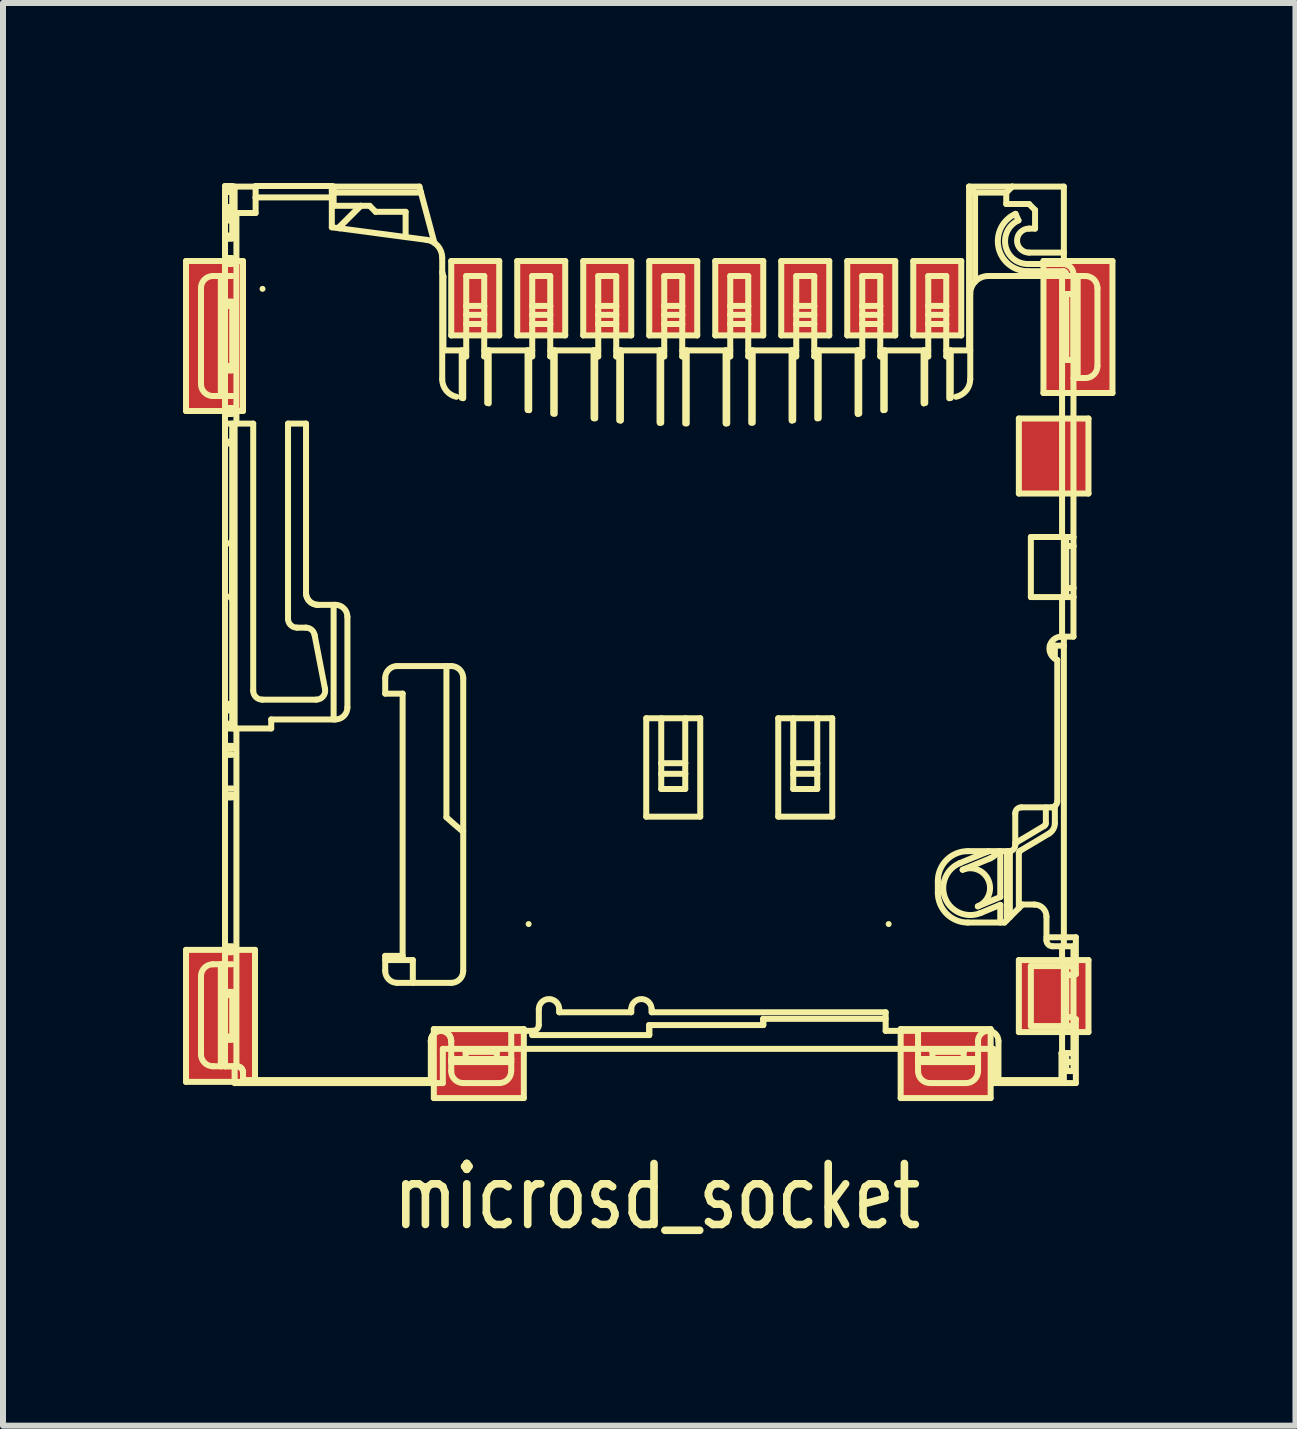
<source format=kicad_pcb>
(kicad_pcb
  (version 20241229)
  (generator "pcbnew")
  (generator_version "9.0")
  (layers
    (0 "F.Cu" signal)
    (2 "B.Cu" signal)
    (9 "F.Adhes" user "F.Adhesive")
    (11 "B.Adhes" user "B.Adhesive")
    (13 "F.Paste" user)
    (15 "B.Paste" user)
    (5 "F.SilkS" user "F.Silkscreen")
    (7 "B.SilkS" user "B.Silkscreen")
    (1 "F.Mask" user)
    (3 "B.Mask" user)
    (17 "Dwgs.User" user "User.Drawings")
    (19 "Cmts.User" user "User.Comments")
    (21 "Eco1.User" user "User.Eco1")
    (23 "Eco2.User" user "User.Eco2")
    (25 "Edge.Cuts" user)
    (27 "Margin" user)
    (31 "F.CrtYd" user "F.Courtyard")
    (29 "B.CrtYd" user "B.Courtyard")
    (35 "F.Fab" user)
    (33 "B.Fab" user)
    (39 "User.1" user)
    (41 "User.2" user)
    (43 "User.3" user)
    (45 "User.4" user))
  (footprint "microsd_socket"
    (layer "F.Cu")
    (at 8.27 7.434)
    (property "Reference" "microsd_socket" (at -0.366 9.459 0) (layer "F.SilkS") (effects (font (size 1.016 0.762) (thickness 0.127))))
    (attr through_hole)
    (fp_line (start -8.22 -6.134) (end -7.27 -6.134) (stroke (width 0.1) (type solid)) (layer "F.SilkS"))
    (fp_line (start -8.22 -3.634) (end -8.22 -6.134) (stroke (width 0.1) (type solid)) (layer "F.SilkS"))
    (fp_line (start -8.22 5.346) (end -7.07 5.346) (stroke (width 0.1) (type solid)) (layer "F.SilkS"))
    (fp_line (start -8.22 7.546) (end -8.22 5.346) (stroke (width 0.1) (type solid)) (layer "F.SilkS"))
    (fp_line (start -7.97 -4.084) (end -7.97 -5.684) (stroke (width 0.1) (type solid)) (layer "F.SilkS"))
    (fp_line (start -7.97 7.086) (end -7.97 5.786) (stroke (width 0.1) (type solid)) (layer "F.SilkS"))
    (fp_line (start -7.64 -5.884) (end -7.77 -5.884) (stroke (width 0.1) (type solid)) (layer "F.SilkS"))
    (fp_line (start -7.64 -3.884) (end -7.77 -3.884) (stroke (width 0.1) (type solid)) (layer "F.SilkS"))
    (fp_line (start -7.64 -3.884) (end -7.64 -5.884) (stroke (width 0.1) (type solid)) (layer "F.SilkS"))
    (fp_line (start -7.64 5.586) (end -7.77 5.586) (stroke (width 0.1) (type solid)) (layer "F.SilkS"))
    (fp_line (start -7.64 7.286) (end -7.77 7.286) (stroke (width 0.1) (type solid)) (layer "F.SilkS"))
    (fp_line (start -7.64 7.286) (end -7.64 5.586) (stroke (width 0.1) (type solid)) (layer "F.SilkS"))
    (fp_line (start -7.57 -7.284) (end -7.57 -7.384) (stroke (width 0.1) (type solid)) (layer "F.SilkS"))
    (fp_line (start -7.57 -7.284) (end -7.57 -7.034) (stroke (width 0.1) (type solid)) (layer "F.SilkS"))
    (fp_line (start -7.57 -7.284) (end -7.45 -7.284) (stroke (width 0.1) (type solid)) (layer "F.SilkS"))
    (fp_line (start -7.57 -7.034) (end -7.57 -6.934) (stroke (width 0.1) (type solid)) (layer "F.SilkS"))
    (fp_line (start -7.57 -7.034) (end -7.45 -7.034) (stroke (width 0.1) (type solid)) (layer "F.SilkS"))
    (fp_line (start -7.57 -6.934) (end -7.38 -6.934) (stroke (width 0.1) (type solid)) (layer "F.SilkS"))
    (fp_line (start -7.57 -6.859) (end -7.45 -6.859) (stroke (width 0.1) (type solid)) (layer "F.SilkS"))
    (fp_line (start -7.57 -6.859) (end -7.45 -6.859) (stroke (width 0.1) (type solid)) (layer "F.SilkS"))
    (fp_line (start -7.57 -6.824) (end -7.57 -6.544) (stroke (width 0.1) (type solid)) (layer "F.SilkS"))
    (fp_line (start -7.57 -6.824) (end -7.45 -6.824) (stroke (width 0.1) (type solid)) (layer "F.SilkS"))
    (fp_line (start -7.57 -6.809) (end -7.45 -6.809) (stroke (width 0.1) (type solid)) (layer "F.SilkS"))
    (fp_line (start -7.57 -6.559) (end -7.45 -6.559) (stroke (width 0.1) (type solid)) (layer "F.SilkS"))
    (fp_line (start -7.57 -6.544) (end -7.45 -6.544) (stroke (width 0.1) (type solid)) (layer "F.SilkS"))
    (fp_line (start -7.57 -6.509) (end -7.45 -6.509) (stroke (width 0.1) (type solid)) (layer "F.SilkS"))
    (fp_line (start -7.57 -6.509) (end -7.45 -6.509) (stroke (width 0.1) (type solid)) (layer "F.SilkS"))
    (fp_line (start -7.57 -6.084) (end -7.45 -6.084) (stroke (width 0.1) (type solid)) (layer "F.SilkS"))
    (fp_line (start -7.57 -5.884) (end -7.64 -5.884) (stroke (width 0.1) (type solid)) (layer "F.SilkS"))
    (fp_line (start -7.57 -5.884) (end -7.45 -5.884) (stroke (width 0.1) (type solid)) (layer "F.SilkS"))
    (fp_line (start -7.57 -5.459) (end -7.45 -5.459) (stroke (width 0.1) (type solid)) (layer "F.SilkS"))
    (fp_line (start -7.57 -5.409) (end -7.45 -5.409) (stroke (width 0.1) (type solid)) (layer "F.SilkS"))
    (fp_line (start -7.57 -5.384) (end -7.57 -4.384) (stroke (width 0.1) (type solid)) (layer "F.SilkS"))
    (fp_line (start -7.57 -5.384) (end -7.45 -5.384) (stroke (width 0.1) (type solid)) (layer "F.SilkS"))
    (fp_line (start -7.57 -4.384) (end -7.45 -4.384) (stroke (width 0.1) (type solid)) (layer "F.SilkS"))
    (fp_line (start -7.57 -4.359) (end -7.45 -4.359) (stroke (width 0.1) (type solid)) (layer "F.SilkS"))
    (fp_line (start -7.57 -4.309) (end -7.45 -4.309) (stroke (width 0.1) (type solid)) (layer "F.SilkS"))
    (fp_line (start -7.57 -3.884) (end -7.64 -3.884) (stroke (width 0.1) (type solid)) (layer "F.SilkS"))
    (fp_line (start -7.57 -3.884) (end -7.45 -3.884) (stroke (width 0.1) (type solid)) (layer "F.SilkS"))
    (fp_line (start -7.57 -3.884) (end -7.45 -3.884) (stroke (width 0.1) (type solid)) (layer "F.SilkS"))
    (fp_line (start -7.57 -3.684) (end -7.45 -3.684) (stroke (width 0.1) (type solid)) (layer "F.SilkS"))
    (fp_line (start -7.57 -3.684) (end -7.45 -3.684) (stroke (width 0.1) (type solid)) (layer "F.SilkS"))
    (fp_line (start -7.57 -3.424) (end -7.57 -6.934) (stroke (width 0.1) (type solid)) (layer "F.SilkS"))
    (fp_line (start -7.57 -3.424) (end -7.57 -3.124) (stroke (width 0.1) (type solid)) (layer "F.SilkS"))
    (fp_line (start -7.57 -3.424) (end -7.38 -3.424) (stroke (width 0.1) (type solid)) (layer "F.SilkS"))
    (fp_line (start -7.57 -3.124) (end -7.45 -3.124) (stroke (width 0.1) (type solid)) (layer "F.SilkS"))
    (fp_line (start -7.57 -3.092) (end -7.57 -3.124) (stroke (width 0.1) (type solid)) (layer "F.SilkS"))
    (fp_line (start -7.57 -1.429) (end -7.57 -0.539) (stroke (width 0.1) (type solid)) (layer "F.SilkS"))
    (fp_line (start -7.57 -1.429) (end -7.45 -1.429) (stroke (width 0.1) (type solid)) (layer "F.SilkS"))
    (fp_line (start -7.57 -0.539) (end -7.45 -0.539) (stroke (width 0.1) (type solid)) (layer "F.SilkS"))
    (fp_line (start -7.57 1.246) (end -7.57 -3.092) (stroke (width 0.1) (type solid)) (layer "F.SilkS"))
    (fp_line (start -7.57 1.246) (end -7.45 1.246) (stroke (width 0.1) (type solid)) (layer "F.SilkS"))
    (fp_line (start -7.57 1.276) (end -7.57 1.246) (stroke (width 0.1) (type solid)) (layer "F.SilkS"))
    (fp_line (start -7.57 1.276) (end -7.57 1.356) (stroke (width 0.1) (type solid)) (layer "F.SilkS"))
    (fp_line (start -7.57 1.276) (end -7.45 1.276) (stroke (width 0.1) (type solid)) (layer "F.SilkS"))
    (fp_line (start -7.57 1.356) (end -7.57 1.576) (stroke (width 0.1) (type solid)) (layer "F.SilkS"))
    (fp_line (start -7.57 1.356) (end -7.45 1.356) (stroke (width 0.1) (type solid)) (layer "F.SilkS"))
    (fp_line (start -7.57 1.576) (end -7.57 1.656) (stroke (width 0.1) (type solid)) (layer "F.SilkS"))
    (fp_line (start -7.57 1.576) (end -7.45 1.576) (stroke (width 0.1) (type solid)) (layer "F.SilkS"))
    (fp_line (start -7.57 1.656) (end -7.38 1.656) (stroke (width 0.1) (type solid)) (layer "F.SilkS"))
    (fp_line (start -7.57 1.996) (end -7.45 1.996) (stroke (width 0.1) (type solid)) (layer "F.SilkS"))
    (fp_line (start -7.57 2.096) (end -7.45 2.096) (stroke (width 0.1) (type solid)) (layer "F.SilkS"))
    (fp_line (start -7.57 2.656) (end -7.45 2.656) (stroke (width 0.1) (type solid)) (layer "F.SilkS"))
    (fp_line (start -7.57 2.756) (end -7.45 2.756) (stroke (width 0.1) (type solid)) (layer "F.SilkS"))
    (fp_line (start -7.57 5.386) (end -7.45 5.386) (stroke (width 0.1) (type solid)) (layer "F.SilkS"))
    (fp_line (start -7.57 5.586) (end -7.64 5.586) (stroke (width 0.1) (type solid)) (layer "F.SilkS"))
    (fp_line (start -7.57 5.586) (end -7.45 5.586) (stroke (width 0.1) (type solid)) (layer "F.SilkS"))
    (fp_line (start -7.57 6.046) (end -7.45 6.046) (stroke (width 0.1) (type solid)) (layer "F.SilkS"))
    (fp_line (start -7.57 6.096) (end -7.45 6.096) (stroke (width 0.1) (type solid)) (layer "F.SilkS"))
    (fp_line (start -7.57 6.101) (end -7.57 6.791) (stroke (width 0.1) (type solid)) (layer "F.SilkS"))
    (fp_line (start -7.57 6.101) (end -7.45 6.101) (stroke (width 0.1) (type solid)) (layer "F.SilkS"))
    (fp_line (start -7.57 6.791) (end -7.45 6.791) (stroke (width 0.1) (type solid)) (layer "F.SilkS"))
    (fp_line (start -7.57 6.796) (end -7.45 6.796) (stroke (width 0.1) (type solid)) (layer "F.SilkS"))
    (fp_line (start -7.57 6.846) (end -7.45 6.846) (stroke (width 0.1) (type solid)) (layer "F.SilkS"))
    (fp_line (start -7.57 7.286) (end -7.64 7.286) (stroke (width 0.1) (type solid)) (layer "F.SilkS"))
    (fp_line (start -7.57 7.286) (end -7.57 1.656) (stroke (width 0.1) (type solid)) (layer "F.SilkS"))
    (fp_line (start -7.57 7.286) (end -7.45 7.286) (stroke (width 0.1) (type solid)) (layer "F.SilkS"))
    (fp_line (start -7.57 7.286) (end -7.38 7.286) (stroke (width 0.1) (type solid)) (layer "F.SilkS"))
    (fp_line (start -7.45 -7.384) (end -7.57 -7.384) (stroke (width 0.1) (type solid)) (layer "F.SilkS"))
    (fp_line (start -7.45 -7.284) (end -7.45 -7.384) (stroke (width 0.1) (type solid)) (layer "F.SilkS"))
    (fp_line (start -7.45 -7.284) (end -7.45 -7.034) (stroke (width 0.1) (type solid)) (layer "F.SilkS"))
    (fp_line (start -7.45 -7.034) (end -7.45 -6.934) (stroke (width 0.1) (type solid)) (layer "F.SilkS"))
    (fp_line (start -7.45 -6.824) (end -7.45 -6.544) (stroke (width 0.1) (type solid)) (layer "F.SilkS"))
    (fp_line (start -7.45 -6.184) (end -7.57 -6.184) (stroke (width 0.1) (type solid)) (layer "F.SilkS"))
    (fp_line (start -7.45 -5.384) (end -7.45 -4.384) (stroke (width 0.1) (type solid)) (layer "F.SilkS"))
    (fp_line (start -7.45 -3.584) (end -7.57 -3.584) (stroke (width 0.1) (type solid)) (layer "F.SilkS"))
    (fp_line (start -7.45 -3.424) (end -7.45 -3.124) (stroke (width 0.1) (type solid)) (layer "F.SilkS"))
    (fp_line (start -7.45 -3.092) (end -7.57 -3.092) (stroke (width 0.1) (type solid)) (layer "F.SilkS"))
    (fp_line (start -7.45 -3.092) (end -7.45 -3.124) (stroke (width 0.1) (type solid)) (layer "F.SilkS"))
    (fp_line (start -7.45 -1.429) (end -7.45 -0.539) (stroke (width 0.1) (type solid)) (layer "F.SilkS"))
    (fp_line (start -7.45 -1.414) (end -7.45 -1.484) (stroke (width 0.1) (type solid)) (layer "F.SilkS"))
    (fp_line (start -7.45 -1.414) (end -7.45 -0.554) (stroke (width 0.1) (type solid)) (layer "F.SilkS"))
    (fp_line (start -7.45 -0.484) (end -7.45 -0.554) (stroke (width 0.1) (type solid)) (layer "F.SilkS"))
    (fp_line (start -7.45 1.246) (end -7.45 -3.092) (stroke (width 0.1) (type solid)) (layer "F.SilkS"))
    (fp_line (start -7.45 1.276) (end -7.45 1.246) (stroke (width 0.1) (type solid)) (layer "F.SilkS"))
    (fp_line (start -7.45 1.276) (end -7.45 1.356) (stroke (width 0.1) (type solid)) (layer "F.SilkS"))
    (fp_line (start -7.45 1.356) (end -7.45 1.576) (stroke (width 0.1) (type solid)) (layer "F.SilkS"))
    (fp_line (start -7.45 1.576) (end -7.45 1.656) (stroke (width 0.1) (type solid)) (layer "F.SilkS"))
    (fp_line (start -7.45 1.946) (end -7.57 1.946) (stroke (width 0.1) (type solid)) (layer "F.SilkS"))
    (fp_line (start -7.45 2.806) (end -7.57 2.806) (stroke (width 0.1) (type solid)) (layer "F.SilkS"))
    (fp_line (start -7.45 5.286) (end -7.57 5.286) (stroke (width 0.1) (type solid)) (layer "F.SilkS"))
    (fp_line (start -7.45 6.101) (end -7.45 6.791) (stroke (width 0.1) (type solid)) (layer "F.SilkS"))
    (fp_line (start -7.41 -7.374) (end -7.06 -7.374) (stroke (width 0.1) (type solid)) (layer "F.SilkS"))
    (fp_line (start -7.41 -6.934) (end -7.41 -7.374) (stroke (width 0.1) (type solid)) (layer "F.SilkS"))
    (fp_line (start -7.41 1.656) (end -7.41 -3.424) (stroke (width 0.1) (type solid)) (layer "F.SilkS"))
    (fp_line (start -7.41 7.566) (end -7.41 7.286) (stroke (width 0.1) (type solid)) (layer "F.SilkS"))
    (fp_line (start -7.38 -6.934) (end -7.06 -6.934) (stroke (width 0.1) (type solid)) (layer "F.SilkS"))
    (fp_line (start -7.38 -3.424) (end -7.38 -6.934) (stroke (width 0.1) (type solid)) (layer "F.SilkS"))
    (fp_line (start -7.38 -3.424) (end -7.1 -3.424) (stroke (width 0.1) (type solid)) (layer "F.SilkS"))
    (fp_line (start -7.38 1.656) (end -6.8 1.656) (stroke (width 0.1) (type solid)) (layer "F.SilkS"))
    (fp_line (start -7.38 7.286) (end -7.38 1.656) (stroke (width 0.1) (type solid)) (layer "F.SilkS"))
    (fp_line (start -7.38 7.286) (end -7.37 7.286) (stroke (width 0.1) (type solid)) (layer "F.SilkS"))
    (fp_line (start -7.27 -6.134) (end -7.27 -3.634) (stroke (width 0.1) (type solid)) (layer "F.SilkS"))
    (fp_line (start -7.27 -3.634) (end -8.22 -3.634) (stroke (width 0.1) (type solid)) (layer "F.SilkS"))
    (fp_line (start -7.27 7.516) (end -7.27 7.386) (stroke (width 0.1) (type solid)) (layer "F.SilkS"))
    (fp_line (start -7.27 7.516) (end -4.14 7.516) (stroke (width 0.1) (type solid)) (layer "F.SilkS"))
    (fp_line (start -7.1 -3.424) (end -7.1 1.026) (stroke (width 0.1) (type solid)) (layer "F.SilkS"))
    (fp_line (start -7.07 5.346) (end -7.07 7.546) (stroke (width 0.1) (type solid)) (layer "F.SilkS"))
    (fp_line (start -7.07 7.546) (end -8.22 7.546) (stroke (width 0.1) (type solid)) (layer "F.SilkS"))
    (fp_line (start -7.06 -7.384) (end -5.79 -7.384) (stroke (width 0.1) (type solid)) (layer "F.SilkS"))
    (fp_line (start -7.06 -7.374) (end -7.06 -7.384) (stroke (width 0.1) (type solid)) (layer "F.SilkS"))
    (fp_line (start -7.06 -7.371) (end -7.06 -7.374) (stroke (width 0.1) (type solid)) (layer "F.SilkS"))
    (fp_line (start -7.06 -7.194) (end -7.06 -7.371) (stroke (width 0.1) (type solid)) (layer "F.SilkS"))
    (fp_line (start -7.06 -7.194) (end -7.06 -6.934) (stroke (width 0.1) (type solid)) (layer "F.SilkS"))
    (fp_line (start -7.06 -7.194) (end -5.79 -7.194) (stroke (width 0.1) (type solid)) (layer "F.SilkS"))
    (fp_line (start -6.95 1.176) (end -6.05 1.176) (stroke (width 0.1) (type solid)) (layer "F.SilkS"))
    (fp_line (start -6.945 -5.67) (end -6.945 -5.67) (stroke (width 0.1) (type solid)) (layer "F.SilkS"))
    (fp_line (start -6.8 1.506) (end -6.8 1.656) (stroke (width 0.1) (type solid)) (layer "F.SilkS"))
    (fp_line (start -6.8 1.506) (end -5.73 1.506) (stroke (width 0.1) (type solid)) (layer "F.SilkS"))
    (fp_line (start -6.52 -3.424) (end -6.22 -3.424) (stroke (width 0.1) (type solid)) (layer "F.SilkS"))
    (fp_line (start -6.52 -0.174) (end -6.52 -3.424) (stroke (width 0.1) (type solid)) (layer "F.SilkS"))
    (fp_line (start -6.224 -0.024) (end -6.37 -0.024) (stroke (width 0.1) (type solid)) (layer "F.SilkS"))
    (fp_line (start -6.22 -0.604) (end -6.22 -3.424) (stroke (width 0.1) (type solid)) (layer "F.SilkS"))
    (fp_line (start -5.903 0.998) (end -6.077 0.098) (stroke (width 0.1) (type solid)) (layer "F.SilkS"))
    (fp_line (start -5.79 -7.384) (end -5.79 -7.194) (stroke (width 0.1) (type solid)) (layer "F.SilkS"))
    (fp_line (start -5.79 -7.194) (end -5.79 -6.696) (stroke (width 0.1) (type solid)) (layer "F.SilkS"))
    (fp_line (start -5.79 -6.696) (end -4.211 -6.487) (stroke (width 0.1) (type solid)) (layer "F.SilkS"))
    (fp_line (start -5.76 -7.374) (end -5.79 -7.374) (stroke (width 0.1) (type solid)) (layer "F.SilkS"))
    (fp_line (start -5.76 -7.374) (end -4.33 -7.374) (stroke (width 0.1) (type solid)) (layer "F.SilkS"))
    (fp_line (start -5.76 -7.274) (end -5.79 -7.304) (stroke (width 0.1) (type solid)) (layer "F.SilkS"))
    (fp_line (start -5.76 -7.274) (end -5.76 -7.374) (stroke (width 0.1) (type solid)) (layer "F.SilkS"))
    (fp_line (start -5.76 -7.274) (end -5.76 -7.054) (stroke (width 0.1) (type solid)) (layer "F.SilkS"))
    (fp_line (start -5.76 -7.274) (end -4.304 -7.274) (stroke (width 0.1) (type solid)) (layer "F.SilkS"))
    (fp_line (start -5.76 -0.404) (end -5.76 1.506) (stroke (width 0.1) (type solid)) (layer "F.SilkS"))
    (fp_line (start -5.73 -0.404) (end -6.02 -0.404) (stroke (width 0.1) (type solid)) (layer "F.SilkS"))
    (fp_line (start -5.66 -6.704) (end -5.31 -7.054) (stroke (width 0.1) (type solid)) (layer "F.SilkS"))
    (fp_line (start -5.66 -6.704) (end -5.31 -7.054) (stroke (width 0.1) (type solid)) (layer "F.SilkS"))
    (fp_line (start -5.66 -6.679) (end -5.66 -6.704) (stroke (width 0.1) (type solid)) (layer "F.SilkS"))
    (fp_line (start -5.53 1.306) (end -5.53 -0.204) (stroke (width 0.1) (type solid)) (layer "F.SilkS"))
    (fp_line (start -5.31 -7.054) (end -5.76 -7.054) (stroke (width 0.1) (type solid)) (layer "F.SilkS"))
    (fp_line (start -5.31 -7.054) (end -5.16 -7.054) (stroke (width 0.1) (type solid)) (layer "F.SilkS"))
    (fp_line (start -5.06 -6.954) (end -5.16 -7.054) (stroke (width 0.1) (type solid)) (layer "F.SilkS"))
    (fp_line (start -4.9 0.816) (end -4.9 1.076) (stroke (width 0.1) (type solid)) (layer "F.SilkS"))
    (fp_line (start -4.9 1.076) (end -4.61 1.076) (stroke (width 0.1) (type solid)) (layer "F.SilkS"))
    (fp_line (start -4.9 5.446) (end -4.9 5.696) (stroke (width 0.1) (type solid)) (layer "F.SilkS"))
    (fp_line (start -4.7 5.896) (end -3.8 5.896) (stroke (width 0.1) (type solid)) (layer "F.SilkS"))
    (fp_line (start -4.61 1.076) (end -4.61 5.446) (stroke (width 0.1) (type solid)) (layer "F.SilkS"))
    (fp_line (start -4.61 5.446) (end -4.9 5.446) (stroke (width 0.1) (type solid)) (layer "F.SilkS"))
    (fp_line (start -4.56 -6.954) (end -5.06 -6.954) (stroke (width 0.1) (type solid)) (layer "F.SilkS"))
    (fp_line (start -4.56 -6.533) (end -4.56 -6.954) (stroke (width 0.1) (type solid)) (layer "F.SilkS"))
    (fp_line (start -4.44 5.516) (end -4.9 5.516) (stroke (width 0.1) (type solid)) (layer "F.SilkS"))
    (fp_line (start -4.44 5.516) (end -4.44 5.896) (stroke (width 0.1) (type solid)) (layer "F.SilkS"))
    (fp_line (start -4.304 -7.274) (end -4.33 -7.374) (stroke (width 0.1) (type solid)) (layer "F.SilkS"))
    (fp_line (start -4.14 7.516) (end -4.14 6.866) (stroke (width 0.1) (type solid)) (layer "F.SilkS"))
    (fp_line (start -4.09 6.666) (end -2.59 6.666) (stroke (width 0.1) (type solid)) (layer "F.SilkS"))
    (fp_line (start -4.09 7.816) (end -4.09 6.666) (stroke (width 0.1) (type solid)) (layer "F.SilkS"))
    (fp_line (start -4.08 -6.436) (end -4.304 -7.274) (stroke (width 0.1) (type solid)) (layer "F.SilkS"))
    (fp_line (start -3.95 -6.189) (end -3.95 -4.164) (stroke (width 0.1) (type solid)) (layer "F.SilkS"))
    (fp_line (start -3.94 6.996) (end -3.94 7.566) (stroke (width 0.1) (type solid)) (layer "F.SilkS"))
    (fp_line (start -3.94 7.566) (end -7.41 7.566) (stroke (width 0.1) (type solid)) (layer "F.SilkS"))
    (fp_line (start -3.93 -5.874) (end -3.95 -5.949) (stroke (width 0.1) (type solid)) (layer "F.SilkS"))
    (fp_line (start -3.93 -5.874) (end -3.93 -4.644) (stroke (width 0.1) (type solid)) (layer "F.SilkS"))
    (fp_line (start -3.88 0.616) (end -3.88 3.136) (stroke (width 0.1) (type solid)) (layer "F.SilkS"))
    (fp_line (start -3.8 -6.134) (end -3 -6.134) (stroke (width 0.1) (type solid)) (layer "F.SilkS"))
    (fp_line (start -3.8 -4.894) (end -3.8 -6.134) (stroke (width 0.1) (type solid)) (layer "F.SilkS"))
    (fp_line (start -3.8 0.616) (end -4.7 0.616) (stroke (width 0.1) (type solid)) (layer "F.SilkS"))
    (fp_line (start -3.8 6.996) (end -3.94 6.996) (stroke (width 0.1) (type solid)) (layer "F.SilkS"))
    (fp_line (start -3.8 6.996) (end -3.8 6.866) (stroke (width 0.1) (type solid)) (layer "F.SilkS"))
    (fp_line (start -3.8 6.996) (end -3.8 7.166) (stroke (width 0.1) (type solid)) (layer "F.SilkS"))
    (fp_line (start -3.8 7.166) (end -3.8 7.216) (stroke (width 0.1) (type solid)) (layer "F.SilkS"))
    (fp_line (start -3.8 7.216) (end -3.8 7.366) (stroke (width 0.1) (type solid)) (layer "F.SilkS"))
    (fp_line (start -3.625 -4.644) (end -3.93 -4.644) (stroke (width 0.1) (type solid)) (layer "F.SilkS"))
    (fp_line (start -3.625 -4.644) (end -3.55 -4.644) (stroke (width 0.1) (type solid)) (layer "F.SilkS"))
    (fp_line (start -3.625 -3.852) (end -3.625 -4.644) (stroke (width 0.1) (type solid)) (layer "F.SilkS"))
    (fp_line (start -3.6 -4.544) (end -3.6 -3.847) (stroke (width 0.1) (type solid)) (layer "F.SilkS"))
    (fp_line (start -3.6 -4.544) (end -3.55 -4.544) (stroke (width 0.1) (type solid)) (layer "F.SilkS"))
    (fp_line (start -3.6 5.696) (end -3.6 0.816) (stroke (width 0.1) (type solid)) (layer "F.SilkS"))
    (fp_line (start -3.6 7.166) (end -3.8 7.166) (stroke (width 0.1) (type solid)) (layer "F.SilkS"))
    (fp_line (start -3.6 7.166) (end -3 7.166) (stroke (width 0.1) (type solid)) (layer "F.SilkS"))
    (fp_line (start -3.56 7.046) (end -3.04 7.046) (stroke (width 0.1) (type solid)) (layer "F.SilkS"))
    (fp_line (start -3.56 7.166) (end -3.56 7.046) (stroke (width 0.1) (type solid)) (layer "F.SilkS"))
    (fp_line (start -3.56 7.166) (end -3.04 7.166) (stroke (width 0.1) (type solid)) (layer "F.SilkS"))
    (fp_line (start -3.55 -5.884) (end -3.55 -5.385) (stroke (width 0.1) (type solid)) (layer "F.SilkS"))
    (fp_line (start -3.55 -5.884) (end -3.25 -5.884) (stroke (width 0.1) (type solid)) (layer "F.SilkS"))
    (fp_line (start -3.55 -5.385) (end -3.55 -5.237) (stroke (width 0.1) (type solid)) (layer "F.SilkS"))
    (fp_line (start -3.55 -5.385) (end -3.25 -5.385) (stroke (width 0.1) (type solid)) (layer "F.SilkS"))
    (fp_line (start -3.55 -5.237) (end -3.55 -5.084) (stroke (width 0.1) (type solid)) (layer "F.SilkS"))
    (fp_line (start -3.55 -5.237) (end -3.25 -5.237) (stroke (width 0.1) (type solid)) (layer "F.SilkS"))
    (fp_line (start -3.55 -5.084) (end -3.55 -4.544) (stroke (width 0.1) (type solid)) (layer "F.SilkS"))
    (fp_line (start -3.55 -5.084) (end -3.25 -5.084) (stroke (width 0.1) (type solid)) (layer "F.SilkS"))
    (fp_line (start -3.25 -5.884) (end -3.25 -5.385) (stroke (width 0.1) (type solid)) (layer "F.SilkS"))
    (fp_line (start -3.25 -5.385) (end -3.25 -5.237) (stroke (width 0.1) (type solid)) (layer "F.SilkS"))
    (fp_line (start -3.25 -5.237) (end -3.25 -5.084) (stroke (width 0.1) (type solid)) (layer "F.SilkS"))
    (fp_line (start -3.25 -5.084) (end -3.25 -4.544) (stroke (width 0.1) (type solid)) (layer "F.SilkS"))
    (fp_line (start -3.25 -4.644) (end -3.175 -4.644) (stroke (width 0.1) (type solid)) (layer "F.SilkS"))
    (fp_line (start -3.25 -4.544) (end -3.2 -4.544) (stroke (width 0.1) (type solid)) (layer "F.SilkS"))
    (fp_line (start -3.2 -4.544) (end -3.2 -3.767) (stroke (width 0.1) (type solid)) (layer "F.SilkS"))
    (fp_line (start -3.175 -3.762) (end -3.175 -4.644) (stroke (width 0.1) (type solid)) (layer "F.SilkS"))
    (fp_line (start -3.04 7.166) (end -3.04 7.046) (stroke (width 0.1) (type solid)) (layer "F.SilkS"))
    (fp_line (start -3 -6.134) (end -3 -4.894) (stroke (width 0.1) (type solid)) (layer "F.SilkS"))
    (fp_line (start -3 -4.894) (end -3.8 -4.894) (stroke (width 0.1) (type solid)) (layer "F.SilkS"))
    (fp_line (start -3 7.566) (end -3.6 7.566) (stroke (width 0.1) (type solid)) (layer "F.SilkS"))
    (fp_line (start -2.8 6.696) (end -2.8 6.996) (stroke (width 0.1) (type solid)) (layer "F.SilkS"))
    (fp_line (start -2.8 6.996) (end -3.8 6.996) (stroke (width 0.1) (type solid)) (layer "F.SilkS"))
    (fp_line (start -2.8 6.996) (end -2.8 7.166) (stroke (width 0.1) (type solid)) (layer "F.SilkS"))
    (fp_line (start -2.8 7.166) (end -3.8 7.166) (stroke (width 0.1) (type solid)) (layer "F.SilkS"))
    (fp_line (start -2.8 7.166) (end -3 7.166) (stroke (width 0.1) (type solid)) (layer "F.SilkS"))
    (fp_line (start -2.8 7.166) (end -2.8 7.216) (stroke (width 0.1) (type solid)) (layer "F.SilkS"))
    (fp_line (start -2.8 7.216) (end -3.8 7.216) (stroke (width 0.1) (type solid)) (layer "F.SilkS"))
    (fp_line (start -2.8 7.216) (end -2.8 7.366) (stroke (width 0.1) (type solid)) (layer "F.SilkS"))
    (fp_line (start -2.7 -6.134) (end -1.9 -6.134) (stroke (width 0.1) (type solid)) (layer "F.SilkS"))
    (fp_line (start -2.7 -4.894) (end -2.7 -6.134) (stroke (width 0.1) (type solid)) (layer "F.SilkS"))
    (fp_line (start -2.59 6.666) (end -2.59 7.816) (stroke (width 0.1) (type solid)) (layer "F.SilkS"))
    (fp_line (start -2.59 7.816) (end -4.09 7.816) (stroke (width 0.1) (type solid)) (layer "F.SilkS"))
    (fp_line (start -2.525 -4.644) (end -3.175 -4.644) (stroke (width 0.1) (type solid)) (layer "F.SilkS"))
    (fp_line (start -2.525 -4.644) (end -2.45 -4.644) (stroke (width 0.1) (type solid)) (layer "F.SilkS"))
    (fp_line (start -2.525 -3.651) (end -2.525 -4.644) (stroke (width 0.1) (type solid)) (layer "F.SilkS"))
    (fp_line (start -2.525 -3.651) (end -2.525 -4.644) (stroke (width 0.1) (type solid)) (layer "F.SilkS"))
    (fp_line (start -2.51 4.916) (end -2.51 4.916) (stroke (width 0.1) (type solid)) (layer "F.SilkS"))
    (fp_line (start -2.5 -4.544) (end -2.5 -3.647) (stroke (width 0.1) (type solid)) (layer "F.SilkS"))
    (fp_line (start -2.5 -4.544) (end -2.45 -4.544) (stroke (width 0.1) (type solid)) (layer "F.SilkS"))
    (fp_line (start -2.45 -5.884) (end -2.45 -5.385) (stroke (width 0.1) (type solid)) (layer "F.SilkS"))
    (fp_line (start -2.45 -5.884) (end -2.15 -5.884) (stroke (width 0.1) (type solid)) (layer "F.SilkS"))
    (fp_line (start -2.45 -5.385) (end -2.45 -5.237) (stroke (width 0.1) (type solid)) (layer "F.SilkS"))
    (fp_line (start -2.45 -5.385) (end -2.15 -5.385) (stroke (width 0.1) (type solid)) (layer "F.SilkS"))
    (fp_line (start -2.45 -5.237) (end -2.45 -5.084) (stroke (width 0.1) (type solid)) (layer "F.SilkS"))
    (fp_line (start -2.45 -5.237) (end -2.15 -5.237) (stroke (width 0.1) (type solid)) (layer "F.SilkS"))
    (fp_line (start -2.45 -5.084) (end -2.45 -4.544) (stroke (width 0.1) (type solid)) (layer "F.SilkS"))
    (fp_line (start -2.45 -5.084) (end -2.15 -5.084) (stroke (width 0.1) (type solid)) (layer "F.SilkS"))
    (fp_line (start -2.45 6.696) (end -2.45 6.766) (stroke (width 0.1) (type solid)) (layer "F.SilkS"))
    (fp_line (start -2.45 6.766) (end -0.5 6.766) (stroke (width 0.1) (type solid)) (layer "F.SilkS"))
    (fp_line (start -2.44 6.696) (end -2.8 6.696) (stroke (width 0.1) (type solid)) (layer "F.SilkS"))
    (fp_line (start -2.34 6.336) (end -2.34 6.596) (stroke (width 0.1) (type solid)) (layer "F.SilkS"))
    (fp_line (start -2.15 -5.884) (end -2.15 -5.385) (stroke (width 0.1) (type solid)) (layer "F.SilkS"))
    (fp_line (start -2.15 -5.385) (end -2.15 -5.237) (stroke (width 0.1) (type solid)) (layer "F.SilkS"))
    (fp_line (start -2.15 -5.237) (end -2.15 -5.084) (stroke (width 0.1) (type solid)) (layer "F.SilkS"))
    (fp_line (start -2.15 -5.084) (end -2.15 -4.544) (stroke (width 0.1) (type solid)) (layer "F.SilkS"))
    (fp_line (start -2.15 -4.644) (end -2.075 -4.644) (stroke (width 0.1) (type solid)) (layer "F.SilkS"))
    (fp_line (start -2.15 -4.544) (end -2.1 -4.544) (stroke (width 0.1) (type solid)) (layer "F.SilkS"))
    (fp_line (start -2.1 -4.544) (end -2.1 -3.59) (stroke (width 0.1) (type solid)) (layer "F.SilkS"))
    (fp_line (start -2.075 -3.587) (end -2.075 -4.644) (stroke (width 0.1) (type solid)) (layer "F.SilkS"))
    (fp_line (start -2 6.386) (end -2 6.336) (stroke (width 0.1) (type solid)) (layer "F.SilkS"))
    (fp_line (start -1.9 -6.134) (end -1.9 -4.894) (stroke (width 0.1) (type solid)) (layer "F.SilkS"))
    (fp_line (start -1.9 -4.894) (end -2.7 -4.894) (stroke (width 0.1) (type solid)) (layer "F.SilkS"))
    (fp_line (start -1.6 -6.134) (end -0.8 -6.134) (stroke (width 0.1) (type solid)) (layer "F.SilkS"))
    (fp_line (start -1.6 -4.894) (end -1.6 -6.134) (stroke (width 0.1) (type solid)) (layer "F.SilkS"))
    (fp_line (start -1.425 -4.644) (end -2.075 -4.644) (stroke (width 0.1) (type solid)) (layer "F.SilkS"))
    (fp_line (start -1.425 -4.644) (end -1.35 -4.644) (stroke (width 0.1) (type solid)) (layer "F.SilkS"))
    (fp_line (start -1.425 -3.514) (end -1.425 -4.644) (stroke (width 0.1) (type solid)) (layer "F.SilkS"))
    (fp_line (start -1.425 -3.514) (end -1.425 -4.644) (stroke (width 0.1) (type solid)) (layer "F.SilkS"))
    (fp_line (start -1.4 -4.544) (end -1.4 -3.511) (stroke (width 0.1) (type solid)) (layer "F.SilkS"))
    (fp_line (start -1.4 -4.544) (end -1.35 -4.544) (stroke (width 0.1) (type solid)) (layer "F.SilkS"))
    (fp_line (start -1.35 -5.884) (end -1.35 -5.385) (stroke (width 0.1) (type solid)) (layer "F.SilkS"))
    (fp_line (start -1.35 -5.884) (end -1.05 -5.884) (stroke (width 0.1) (type solid)) (layer "F.SilkS"))
    (fp_line (start -1.35 -5.385) (end -1.35 -5.237) (stroke (width 0.1) (type solid)) (layer "F.SilkS"))
    (fp_line (start -1.35 -5.385) (end -1.05 -5.385) (stroke (width 0.1) (type solid)) (layer "F.SilkS"))
    (fp_line (start -1.35 -5.237) (end -1.35 -5.084) (stroke (width 0.1) (type solid)) (layer "F.SilkS"))
    (fp_line (start -1.35 -5.237) (end -1.05 -5.237) (stroke (width 0.1) (type solid)) (layer "F.SilkS"))
    (fp_line (start -1.35 -5.084) (end -1.35 -4.544) (stroke (width 0.1) (type solid)) (layer "F.SilkS"))
    (fp_line (start -1.35 -5.084) (end -1.05 -5.084) (stroke (width 0.1) (type solid)) (layer "F.SilkS"))
    (fp_line (start -1.05 -5.884) (end -1.05 -5.385) (stroke (width 0.1) (type solid)) (layer "F.SilkS"))
    (fp_line (start -1.05 -5.385) (end -1.05 -5.237) (stroke (width 0.1) (type solid)) (layer "F.SilkS"))
    (fp_line (start -1.05 -5.237) (end -1.05 -5.084) (stroke (width 0.1) (type solid)) (layer "F.SilkS"))
    (fp_line (start -1.05 -5.084) (end -1.05 -4.544) (stroke (width 0.1) (type solid)) (layer "F.SilkS"))
    (fp_line (start -1.05 -4.644) (end -0.975 -4.644) (stroke (width 0.1) (type solid)) (layer "F.SilkS"))
    (fp_line (start -1.05 -4.544) (end -1 -4.544) (stroke (width 0.1) (type solid)) (layer "F.SilkS"))
    (fp_line (start -1 -4.544) (end -1 -3.478) (stroke (width 0.1) (type solid)) (layer "F.SilkS"))
    (fp_line (start -0.975 -3.476) (end -0.975 -4.644) (stroke (width 0.1) (type solid)) (layer "F.SilkS"))
    (fp_line (start -0.975 -3.476) (end -0.975 -4.644) (stroke (width 0.1) (type solid)) (layer "F.SilkS"))
    (fp_line (start -0.8 -6.134) (end -0.8 -4.894) (stroke (width 0.1) (type solid)) (layer "F.SilkS"))
    (fp_line (start -0.8 -4.894) (end -1.6 -4.894) (stroke (width 0.1) (type solid)) (layer "F.SilkS"))
    (fp_line (start -0.8 6.336) (end -0.8 6.386) (stroke (width 0.1) (type solid)) (layer "F.SilkS"))
    (fp_line (start -0.8 6.386) (end -2 6.386) (stroke (width 0.1) (type solid)) (layer "F.SilkS"))
    (fp_line (start -0.55 1.486) (end -0.55 3.126) (stroke (width 0.1) (type solid)) (layer "F.SilkS"))
    (fp_line (start -0.55 3.126) (end 0.35 3.126) (stroke (width 0.1) (type solid)) (layer "F.SilkS"))
    (fp_line (start -0.5 -6.134) (end 0.3 -6.134) (stroke (width 0.1) (type solid)) (layer "F.SilkS"))
    (fp_line (start -0.5 -4.894) (end -0.5 -6.134) (stroke (width 0.1) (type solid)) (layer "F.SilkS"))
    (fp_line (start -0.5 6.599) (end 1.4 6.599) (stroke (width 0.1) (type solid)) (layer "F.SilkS"))
    (fp_line (start -0.5 6.766) (end -0.5 6.599) (stroke (width 0.1) (type solid)) (layer "F.SilkS"))
    (fp_line (start -0.5 6.766) (end -0.5 6.599) (stroke (width 0.1) (type solid)) (layer "F.SilkS"))
    (fp_line (start -0.46 6.386) (end -0.46 6.336) (stroke (width 0.1) (type solid)) (layer "F.SilkS"))
    (fp_line (start -0.325 -4.644) (end -0.975 -4.644) (stroke (width 0.1) (type solid)) (layer "F.SilkS"))
    (fp_line (start -0.325 -4.644) (end -0.25 -4.644) (stroke (width 0.1) (type solid)) (layer "F.SilkS"))
    (fp_line (start -0.325 -3.439) (end -0.325 -4.644) (stroke (width 0.1) (type solid)) (layer "F.SilkS"))
    (fp_line (start -0.325 -3.439) (end -0.325 -4.644) (stroke (width 0.1) (type solid)) (layer "F.SilkS"))
    (fp_line (start -0.3 -4.544) (end -0.3 -3.438) (stroke (width 0.1) (type solid)) (layer "F.SilkS"))
    (fp_line (start -0.3 -4.544) (end -0.25 -4.544) (stroke (width 0.1) (type solid)) (layer "F.SilkS"))
    (fp_line (start -0.3 1.486) (end -0.3 2.235) (stroke (width 0.1) (type solid)) (layer "F.SilkS"))
    (fp_line (start -0.3 2.235) (end -0.3 2.412) (stroke (width 0.1) (type solid)) (layer "F.SilkS"))
    (fp_line (start -0.3 2.235) (end 0.1 2.235) (stroke (width 0.1) (type solid)) (layer "F.SilkS"))
    (fp_line (start -0.3 2.412) (end -0.3 2.665) (stroke (width 0.1) (type solid)) (layer "F.SilkS"))
    (fp_line (start -0.3 2.412) (end 0.1 2.412) (stroke (width 0.1) (type solid)) (layer "F.SilkS"))
    (fp_line (start -0.3 2.665) (end 0.1 2.665) (stroke (width 0.1) (type solid)) (layer "F.SilkS"))
    (fp_line (start -0.25 -5.884) (end -0.25 -5.385) (stroke (width 0.1) (type solid)) (layer "F.SilkS"))
    (fp_line (start -0.25 -5.884) (end 0.05 -5.884) (stroke (width 0.1) (type solid)) (layer "F.SilkS"))
    (fp_line (start -0.25 -5.385) (end -0.25 -5.237) (stroke (width 0.1) (type solid)) (layer "F.SilkS"))
    (fp_line (start -0.25 -5.385) (end 0.05 -5.385) (stroke (width 0.1) (type solid)) (layer "F.SilkS"))
    (fp_line (start -0.25 -5.237) (end -0.25 -5.084) (stroke (width 0.1) (type solid)) (layer "F.SilkS"))
    (fp_line (start -0.25 -5.237) (end 0.05 -5.237) (stroke (width 0.1) (type solid)) (layer "F.SilkS"))
    (fp_line (start -0.25 -5.084) (end -0.25 -4.544) (stroke (width 0.1) (type solid)) (layer "F.SilkS"))
    (fp_line (start -0.25 -5.084) (end 0.05 -5.084) (stroke (width 0.1) (type solid)) (layer "F.SilkS"))
    (fp_line (start 0.05 -5.884) (end 0.05 -5.385) (stroke (width 0.1) (type solid)) (layer "F.SilkS"))
    (fp_line (start 0.05 -5.385) (end 0.05 -5.237) (stroke (width 0.1) (type solid)) (layer "F.SilkS"))
    (fp_line (start 0.05 -5.237) (end 0.05 -5.084) (stroke (width 0.1) (type solid)) (layer "F.SilkS"))
    (fp_line (start 0.05 -5.084) (end 0.05 -4.544) (stroke (width 0.1) (type solid)) (layer "F.SilkS"))
    (fp_line (start 0.05 -4.644) (end 0.125 -4.644) (stroke (width 0.1) (type solid)) (layer "F.SilkS"))
    (fp_line (start 0.05 -4.544) (end 0.1 -4.544) (stroke (width 0.1) (type solid)) (layer "F.SilkS"))
    (fp_line (start 0.1 -4.544) (end 0.1 -3.427) (stroke (width 0.1) (type solid)) (layer "F.SilkS"))
    (fp_line (start 0.1 1.486) (end 0.1 2.235) (stroke (width 0.1) (type solid)) (layer "F.SilkS"))
    (fp_line (start 0.1 2.235) (end 0.1 2.412) (stroke (width 0.1) (type solid)) (layer "F.SilkS"))
    (fp_line (start 0.1 2.412) (end 0.1 2.665) (stroke (width 0.1) (type solid)) (layer "F.SilkS"))
    (fp_line (start 0.125 -3.427) (end 0.125 -4.644) (stroke (width 0.1) (type solid)) (layer "F.SilkS"))
    (fp_line (start 0.3 -6.134) (end 0.3 -4.894) (stroke (width 0.1) (type solid)) (layer "F.SilkS"))
    (fp_line (start 0.3 -4.894) (end -0.5 -4.894) (stroke (width 0.1) (type solid)) (layer "F.SilkS"))
    (fp_line (start 0.35 1.486) (end -0.55 1.486) (stroke (width 0.1) (type solid)) (layer "F.SilkS"))
    (fp_line (start 0.35 3.126) (end 0.35 1.486) (stroke (width 0.1) (type solid)) (layer "F.SilkS"))
    (fp_line (start 0.6 -6.134) (end 1.4 -6.134) (stroke (width 0.1) (type solid)) (layer "F.SilkS"))
    (fp_line (start 0.6 -4.894) (end 0.6 -6.134) (stroke (width 0.1) (type solid)) (layer "F.SilkS"))
    (fp_line (start 0.775 -4.644) (end 0.125 -4.644) (stroke (width 0.1) (type solid)) (layer "F.SilkS"))
    (fp_line (start 0.775 -4.644) (end 0.85 -4.644) (stroke (width 0.1) (type solid)) (layer "F.SilkS"))
    (fp_line (start 0.775 -3.427) (end 0.775 -4.644) (stroke (width 0.1) (type solid)) (layer "F.SilkS"))
    (fp_line (start 0.775 -3.427) (end 0.775 -4.644) (stroke (width 0.1) (type solid)) (layer "F.SilkS"))
    (fp_line (start 0.8 -4.544) (end 0.8 -3.427) (stroke (width 0.1) (type solid)) (layer "F.SilkS"))
    (fp_line (start 0.8 -4.544) (end 0.85 -4.544) (stroke (width 0.1) (type solid)) (layer "F.SilkS"))
    (fp_line (start 0.85 -5.884) (end 0.85 -5.385) (stroke (width 0.1) (type solid)) (layer "F.SilkS"))
    (fp_line (start 0.85 -5.884) (end 1.15 -5.884) (stroke (width 0.1) (type solid)) (layer "F.SilkS"))
    (fp_line (start 0.85 -5.385) (end 0.85 -5.237) (stroke (width 0.1) (type solid)) (layer "F.SilkS"))
    (fp_line (start 0.85 -5.385) (end 1.15 -5.385) (stroke (width 0.1) (type solid)) (layer "F.SilkS"))
    (fp_line (start 0.85 -5.237) (end 0.85 -5.084) (stroke (width 0.1) (type solid)) (layer "F.SilkS"))
    (fp_line (start 0.85 -5.237) (end 1.15 -5.237) (stroke (width 0.1) (type solid)) (layer "F.SilkS"))
    (fp_line (start 0.85 -5.084) (end 0.85 -4.544) (stroke (width 0.1) (type solid)) (layer "F.SilkS"))
    (fp_line (start 0.85 -5.084) (end 1.15 -5.084) (stroke (width 0.1) (type solid)) (layer "F.SilkS"))
    (fp_line (start 1.15 -5.884) (end 1.15 -5.385) (stroke (width 0.1) (type solid)) (layer "F.SilkS"))
    (fp_line (start 1.15 -5.385) (end 1.15 -5.237) (stroke (width 0.1) (type solid)) (layer "F.SilkS"))
    (fp_line (start 1.15 -5.237) (end 1.15 -5.084) (stroke (width 0.1) (type solid)) (layer "F.SilkS"))
    (fp_line (start 1.15 -5.084) (end 1.15 -4.544) (stroke (width 0.1) (type solid)) (layer "F.SilkS"))
    (fp_line (start 1.15 -4.644) (end 1.225 -4.644) (stroke (width 0.1) (type solid)) (layer "F.SilkS"))
    (fp_line (start 1.15 -4.544) (end 1.2 -4.544) (stroke (width 0.1) (type solid)) (layer "F.SilkS"))
    (fp_line (start 1.2 -4.544) (end 1.2 -3.438) (stroke (width 0.1) (type solid)) (layer "F.SilkS"))
    (fp_line (start 1.225 -3.439) (end 1.225 -4.644) (stroke (width 0.1) (type solid)) (layer "F.SilkS"))
    (fp_line (start 1.4 -6.134) (end 1.4 -4.894) (stroke (width 0.1) (type solid)) (layer "F.SilkS"))
    (fp_line (start 1.4 -4.894) (end 0.6 -4.894) (stroke (width 0.1) (type solid)) (layer "F.SilkS"))
    (fp_line (start 1.4 6.496) (end 3.44 6.496) (stroke (width 0.1) (type solid)) (layer "F.SilkS"))
    (fp_line (start 1.4 6.599) (end 1.4 6.496) (stroke (width 0.1) (type solid)) (layer "F.SilkS"))
    (fp_line (start 1.4 6.599) (end 1.4 6.496) (stroke (width 0.1) (type solid)) (layer "F.SilkS"))
    (fp_line (start 1.65 1.486) (end 1.65 3.126) (stroke (width 0.1) (type solid)) (layer "F.SilkS"))
    (fp_line (start 1.65 3.126) (end 2.55 3.126) (stroke (width 0.1) (type solid)) (layer "F.SilkS"))
    (fp_line (start 1.7 -6.134) (end 2.5 -6.134) (stroke (width 0.1) (type solid)) (layer "F.SilkS"))
    (fp_line (start 1.7 -4.894) (end 1.7 -6.134) (stroke (width 0.1) (type solid)) (layer "F.SilkS"))
    (fp_line (start 1.875 -4.644) (end 1.225 -4.644) (stroke (width 0.1) (type solid)) (layer "F.SilkS"))
    (fp_line (start 1.875 -4.644) (end 1.95 -4.644) (stroke (width 0.1) (type solid)) (layer "F.SilkS"))
    (fp_line (start 1.875 -3.476) (end 1.875 -4.644) (stroke (width 0.1) (type solid)) (layer "F.SilkS"))
    (fp_line (start 1.875 -3.476) (end 1.875 -4.644) (stroke (width 0.1) (type solid)) (layer "F.SilkS"))
    (fp_line (start 1.9 -4.544) (end 1.9 -3.478) (stroke (width 0.1) (type solid)) (layer "F.SilkS"))
    (fp_line (start 1.9 -4.544) (end 1.95 -4.544) (stroke (width 0.1) (type solid)) (layer "F.SilkS"))
    (fp_line (start 1.9 1.486) (end 1.9 2.235) (stroke (width 0.1) (type solid)) (layer "F.SilkS"))
    (fp_line (start 1.9 2.235) (end 1.9 2.412) (stroke (width 0.1) (type solid)) (layer "F.SilkS"))
    (fp_line (start 1.9 2.235) (end 2.3 2.235) (stroke (width 0.1) (type solid)) (layer "F.SilkS"))
    (fp_line (start 1.9 2.412) (end 1.9 2.665) (stroke (width 0.1) (type solid)) (layer "F.SilkS"))
    (fp_line (start 1.9 2.412) (end 2.3 2.412) (stroke (width 0.1) (type solid)) (layer "F.SilkS"))
    (fp_line (start 1.9 2.665) (end 2.3 2.665) (stroke (width 0.1) (type solid)) (layer "F.SilkS"))
    (fp_line (start 1.95 -5.884) (end 1.95 -5.385) (stroke (width 0.1) (type solid)) (layer "F.SilkS"))
    (fp_line (start 1.95 -5.884) (end 2.25 -5.884) (stroke (width 0.1) (type solid)) (layer "F.SilkS"))
    (fp_line (start 1.95 -5.385) (end 1.95 -5.237) (stroke (width 0.1) (type solid)) (layer "F.SilkS"))
    (fp_line (start 1.95 -5.385) (end 2.25 -5.385) (stroke (width 0.1) (type solid)) (layer "F.SilkS"))
    (fp_line (start 1.95 -5.237) (end 1.95 -5.084) (stroke (width 0.1) (type solid)) (layer "F.SilkS"))
    (fp_line (start 1.95 -5.237) (end 2.25 -5.237) (stroke (width 0.1) (type solid)) (layer "F.SilkS"))
    (fp_line (start 1.95 -5.084) (end 1.95 -4.544) (stroke (width 0.1) (type solid)) (layer "F.SilkS"))
    (fp_line (start 1.95 -5.084) (end 2.25 -5.084) (stroke (width 0.1) (type solid)) (layer "F.SilkS"))
    (fp_line (start 2.25 -5.884) (end 2.25 -5.385) (stroke (width 0.1) (type solid)) (layer "F.SilkS"))
    (fp_line (start 2.25 -5.385) (end 2.25 -5.237) (stroke (width 0.1) (type solid)) (layer "F.SilkS"))
    (fp_line (start 2.25 -5.237) (end 2.25 -5.084) (stroke (width 0.1) (type solid)) (layer "F.SilkS"))
    (fp_line (start 2.25 -5.084) (end 2.25 -4.544) (stroke (width 0.1) (type solid)) (layer "F.SilkS"))
    (fp_line (start 2.25 -4.644) (end 2.325 -4.644) (stroke (width 0.1) (type solid)) (layer "F.SilkS"))
    (fp_line (start 2.25 -4.544) (end 2.3 -4.544) (stroke (width 0.1) (type solid)) (layer "F.SilkS"))
    (fp_line (start 2.3 -4.544) (end 2.3 -3.511) (stroke (width 0.1) (type solid)) (layer "F.SilkS"))
    (fp_line (start 2.3 1.486) (end 2.3 2.235) (stroke (width 0.1) (type solid)) (layer "F.SilkS"))
    (fp_line (start 2.3 2.235) (end 2.3 2.412) (stroke (width 0.1) (type solid)) (layer "F.SilkS"))
    (fp_line (start 2.3 2.412) (end 2.3 2.665) (stroke (width 0.1) (type solid)) (layer "F.SilkS"))
    (fp_line (start 2.325 -3.514) (end 2.325 -4.644) (stroke (width 0.1) (type solid)) (layer "F.SilkS"))
    (fp_line (start 2.5 -6.134) (end 2.5 -4.894) (stroke (width 0.1) (type solid)) (layer "F.SilkS"))
    (fp_line (start 2.5 -4.894) (end 1.7 -4.894) (stroke (width 0.1) (type solid)) (layer "F.SilkS"))
    (fp_line (start 2.55 1.486) (end 1.65 1.486) (stroke (width 0.1) (type solid)) (layer "F.SilkS"))
    (fp_line (start 2.55 3.126) (end 2.55 1.486) (stroke (width 0.1) (type solid)) (layer "F.SilkS"))
    (fp_line (start 2.8 -6.134) (end 3.6 -6.134) (stroke (width 0.1) (type solid)) (layer "F.SilkS"))
    (fp_line (start 2.8 -4.894) (end 2.8 -6.134) (stroke (width 0.1) (type solid)) (layer "F.SilkS"))
    (fp_line (start 2.975 -4.644) (end 2.325 -4.644) (stroke (width 0.1) (type solid)) (layer "F.SilkS"))
    (fp_line (start 2.975 -4.644) (end 3.05 -4.644) (stroke (width 0.1) (type solid)) (layer "F.SilkS"))
    (fp_line (start 2.975 -3.587) (end 2.975 -4.644) (stroke (width 0.1) (type solid)) (layer "F.SilkS"))
    (fp_line (start 2.975 -3.587) (end 2.975 -4.644) (stroke (width 0.1) (type solid)) (layer "F.SilkS"))
    (fp_line (start 3 -4.544) (end 3 -3.59) (stroke (width 0.1) (type solid)) (layer "F.SilkS"))
    (fp_line (start 3 -4.544) (end 3.05 -4.544) (stroke (width 0.1) (type solid)) (layer "F.SilkS"))
    (fp_line (start 3.05 -5.884) (end 3.05 -5.385) (stroke (width 0.1) (type solid)) (layer "F.SilkS"))
    (fp_line (start 3.05 -5.884) (end 3.35 -5.884) (stroke (width 0.1) (type solid)) (layer "F.SilkS"))
    (fp_line (start 3.05 -5.385) (end 3.05 -5.237) (stroke (width 0.1) (type solid)) (layer "F.SilkS"))
    (fp_line (start 3.05 -5.385) (end 3.35 -5.385) (stroke (width 0.1) (type solid)) (layer "F.SilkS"))
    (fp_line (start 3.05 -5.237) (end 3.05 -5.084) (stroke (width 0.1) (type solid)) (layer "F.SilkS"))
    (fp_line (start 3.05 -5.237) (end 3.35 -5.237) (stroke (width 0.1) (type solid)) (layer "F.SilkS"))
    (fp_line (start 3.05 -5.084) (end 3.05 -4.544) (stroke (width 0.1) (type solid)) (layer "F.SilkS"))
    (fp_line (start 3.05 -5.084) (end 3.35 -5.084) (stroke (width 0.1) (type solid)) (layer "F.SilkS"))
    (fp_line (start 3.35 -5.884) (end 3.35 -5.385) (stroke (width 0.1) (type solid)) (layer "F.SilkS"))
    (fp_line (start 3.35 -5.385) (end 3.35 -5.237) (stroke (width 0.1) (type solid)) (layer "F.SilkS"))
    (fp_line (start 3.35 -5.237) (end 3.35 -5.084) (stroke (width 0.1) (type solid)) (layer "F.SilkS"))
    (fp_line (start 3.35 -5.084) (end 3.35 -4.544) (stroke (width 0.1) (type solid)) (layer "F.SilkS"))
    (fp_line (start 3.35 -4.644) (end 3.425 -4.644) (stroke (width 0.1) (type solid)) (layer "F.SilkS"))
    (fp_line (start 3.35 -4.544) (end 3.4 -4.544) (stroke (width 0.1) (type solid)) (layer "F.SilkS"))
    (fp_line (start 3.4 -4.544) (end 3.4 -3.647) (stroke (width 0.1) (type solid)) (layer "F.SilkS"))
    (fp_line (start 3.425 -3.651) (end 3.425 -4.644) (stroke (width 0.1) (type solid)) (layer "F.SilkS"))
    (fp_line (start 3.44 6.386) (end -0.46 6.386) (stroke (width 0.1) (type solid)) (layer "F.SilkS"))
    (fp_line (start 3.44 6.696) (end 3.44 6.386) (stroke (width 0.1) (type solid)) (layer "F.SilkS"))
    (fp_line (start 3.49 4.916) (end 3.49 4.916) (stroke (width 0.1) (type solid)) (layer "F.SilkS"))
    (fp_line (start 3.6 -6.134) (end 3.6 -4.894) (stroke (width 0.1) (type solid)) (layer "F.SilkS"))
    (fp_line (start 3.6 -4.894) (end 2.8 -4.894) (stroke (width 0.1) (type solid)) (layer "F.SilkS"))
    (fp_line (start 3.69 6.666) (end 5.19 6.666) (stroke (width 0.1) (type solid)) (layer "F.SilkS"))
    (fp_line (start 3.69 7.816) (end 3.69 6.666) (stroke (width 0.1) (type solid)) (layer "F.SilkS"))
    (fp_line (start 3.9 -6.134) (end 4.7 -6.134) (stroke (width 0.1) (type solid)) (layer "F.SilkS"))
    (fp_line (start 3.9 -4.894) (end 3.9 -6.134) (stroke (width 0.1) (type solid)) (layer "F.SilkS"))
    (fp_line (start 3.98 6.696) (end 3.44 6.696) (stroke (width 0.1) (type solid)) (layer "F.SilkS"))
    (fp_line (start 3.98 6.996) (end -2.8 6.996) (stroke (width 0.1) (type solid)) (layer "F.SilkS"))
    (fp_line (start 3.98 6.996) (end 3.98 6.696) (stroke (width 0.1) (type solid)) (layer "F.SilkS"))
    (fp_line (start 3.98 6.996) (end 3.98 7.166) (stroke (width 0.1) (type solid)) (layer "F.SilkS"))
    (fp_line (start 3.98 6.996) (end 4.98 6.996) (stroke (width 0.1) (type solid)) (layer "F.SilkS"))
    (fp_line (start 3.98 7.166) (end 3.98 7.216) (stroke (width 0.1) (type solid)) (layer "F.SilkS"))
    (fp_line (start 3.98 7.166) (end 4.18 7.166) (stroke (width 0.1) (type solid)) (layer "F.SilkS"))
    (fp_line (start 3.98 7.166) (end 4.98 7.166) (stroke (width 0.1) (type solid)) (layer "F.SilkS"))
    (fp_line (start 3.98 7.216) (end 3.98 7.366) (stroke (width 0.1) (type solid)) (layer "F.SilkS"))
    (fp_line (start 3.98 7.216) (end 4.98 7.216) (stroke (width 0.1) (type solid)) (layer "F.SilkS"))
    (fp_line (start 4.075 -4.644) (end 3.425 -4.644) (stroke (width 0.1) (type solid)) (layer "F.SilkS"))
    (fp_line (start 4.075 -4.644) (end 4.15 -4.644) (stroke (width 0.1) (type solid)) (layer "F.SilkS"))
    (fp_line (start 4.075 -3.762) (end 4.075 -4.644) (stroke (width 0.1) (type solid)) (layer "F.SilkS"))
    (fp_line (start 4.075 -3.762) (end 4.075 -4.644) (stroke (width 0.1) (type solid)) (layer "F.SilkS"))
    (fp_line (start 4.1 -4.544) (end 4.1 -3.767) (stroke (width 0.1) (type solid)) (layer "F.SilkS"))
    (fp_line (start 4.1 -4.544) (end 4.15 -4.544) (stroke (width 0.1) (type solid)) (layer "F.SilkS"))
    (fp_line (start 4.15 -5.884) (end 4.15 -5.385) (stroke (width 0.1) (type solid)) (layer "F.SilkS"))
    (fp_line (start 4.15 -5.884) (end 4.45 -5.884) (stroke (width 0.1) (type solid)) (layer "F.SilkS"))
    (fp_line (start 4.15 -5.385) (end 4.15 -5.237) (stroke (width 0.1) (type solid)) (layer "F.SilkS"))
    (fp_line (start 4.15 -5.385) (end 4.45 -5.385) (stroke (width 0.1) (type solid)) (layer "F.SilkS"))
    (fp_line (start 4.15 -5.237) (end 4.15 -5.084) (stroke (width 0.1) (type solid)) (layer "F.SilkS"))
    (fp_line (start 4.15 -5.237) (end 4.45 -5.237) (stroke (width 0.1) (type solid)) (layer "F.SilkS"))
    (fp_line (start 4.15 -5.084) (end 4.15 -4.544) (stroke (width 0.1) (type solid)) (layer "F.SilkS"))
    (fp_line (start 4.15 -5.084) (end 4.45 -5.084) (stroke (width 0.1) (type solid)) (layer "F.SilkS"))
    (fp_line (start 4.18 7.166) (end 4.78 7.166) (stroke (width 0.1) (type solid)) (layer "F.SilkS"))
    (fp_line (start 4.18 7.566) (end 4.78 7.566) (stroke (width 0.1) (type solid)) (layer "F.SilkS"))
    (fp_line (start 4.22 7.046) (end 4.74 7.046) (stroke (width 0.1) (type solid)) (layer "F.SilkS"))
    (fp_line (start 4.22 7.166) (end 4.22 7.046) (stroke (width 0.1) (type solid)) (layer "F.SilkS"))
    (fp_line (start 4.22 7.166) (end 4.74 7.166) (stroke (width 0.1) (type solid)) (layer "F.SilkS"))
    (fp_line (start 4.31 4.201) (end 4.31 4.391) (stroke (width 0.1) (type solid)) (layer "F.SilkS"))
    (fp_line (start 4.45 -5.884) (end 4.45 -5.385) (stroke (width 0.1) (type solid)) (layer "F.SilkS"))
    (fp_line (start 4.45 -5.385) (end 4.45 -5.237) (stroke (width 0.1) (type solid)) (layer "F.SilkS"))
    (fp_line (start 4.45 -5.237) (end 4.45 -5.084) (stroke (width 0.1) (type solid)) (layer "F.SilkS"))
    (fp_line (start 4.45 -5.084) (end 4.45 -4.544) (stroke (width 0.1) (type solid)) (layer "F.SilkS"))
    (fp_line (start 4.45 -4.644) (end 4.525 -4.644) (stroke (width 0.1) (type solid)) (layer "F.SilkS"))
    (fp_line (start 4.45 -4.544) (end 4.5 -4.544) (stroke (width 0.1) (type solid)) (layer "F.SilkS"))
    (fp_line (start 4.5 -4.544) (end 4.5 -3.847) (stroke (width 0.1) (type solid)) (layer "F.SilkS"))
    (fp_line (start 4.525 -3.852) (end 4.525 -4.644) (stroke (width 0.1) (type solid)) (layer "F.SilkS"))
    (fp_line (start 4.7 -6.134) (end 4.7 -4.894) (stroke (width 0.1) (type solid)) (layer "F.SilkS"))
    (fp_line (start 4.7 -4.894) (end 3.9 -4.894) (stroke (width 0.1) (type solid)) (layer "F.SilkS"))
    (fp_line (start 4.723 4.011) (end 5.183 3.821) (stroke (width 0.1) (type solid)) (layer "F.SilkS"))
    (fp_line (start 4.74 7.166) (end 4.74 7.046) (stroke (width 0.1) (type solid)) (layer "F.SilkS"))
    (fp_line (start 4.78 7.166) (end 4.98 7.166) (stroke (width 0.1) (type solid)) (layer "F.SilkS"))
    (fp_line (start 4.81 4.891) (end 5.42 4.891) (stroke (width 0.1) (type solid)) (layer "F.SilkS"))
    (fp_line (start 4.83 -7.374) (end 4.93 -7.274) (stroke (width 0.1) (type solid)) (layer "F.SilkS"))
    (fp_line (start 4.83 -7.374) (end 5.55 -7.374) (stroke (width 0.1) (type solid)) (layer "F.SilkS"))
    (fp_line (start 4.83 -4.644) (end 4.83 -7.374) (stroke (width 0.1) (type solid)) (layer "F.SilkS"))
    (fp_line (start 4.85 -4.644) (end 4.525 -4.644) (stroke (width 0.1) (type solid)) (layer "F.SilkS"))
    (fp_line (start 4.85 -4.164) (end 4.85 -5.584) (stroke (width 0.1) (type solid)) (layer "F.SilkS"))
    (fp_line (start 4.93 -7.274) (end 5.45 -7.274) (stroke (width 0.1) (type solid)) (layer "F.SilkS"))
    (fp_line (start 4.93 -5.788) (end 4.93 -7.274) (stroke (width 0.1) (type solid)) (layer "F.SilkS"))
    (fp_line (start 4.98 6.866) (end 4.98 6.996) (stroke (width 0.1) (type solid)) (layer "F.SilkS"))
    (fp_line (start 4.98 6.996) (end 4.98 7.166) (stroke (width 0.1) (type solid)) (layer "F.SilkS"))
    (fp_line (start 4.98 7.166) (end 4.98 7.216) (stroke (width 0.1) (type solid)) (layer "F.SilkS"))
    (fp_line (start 4.98 7.216) (end 4.98 7.366) (stroke (width 0.1) (type solid)) (layer "F.SilkS"))
    (fp_line (start 5.022 4.732) (end 5.35 4.596) (stroke (width 0.1) (type solid)) (layer "F.SilkS"))
    (fp_line (start 5.137 3.71) (end 4.677 3.9) (stroke (width 0.1) (type solid)) (layer "F.SilkS"))
    (fp_line (start 5.19 6.666) (end 5.19 7.816) (stroke (width 0.1) (type solid)) (layer "F.SilkS"))
    (fp_line (start 5.19 7.816) (end 3.69 7.816) (stroke (width 0.1) (type solid)) (layer "F.SilkS"))
    (fp_line (start 5.23 6.996) (end 4.98 6.996) (stroke (width 0.1) (type solid)) (layer "F.SilkS"))
    (fp_line (start 5.23 7.566) (end 5.23 6.996) (stroke (width 0.1) (type solid)) (layer "F.SilkS"))
    (fp_line (start 5.32 7.516) (end 5.32 6.866) (stroke (width 0.1) (type solid)) (layer "F.SilkS"))
    (fp_line (start 5.32 7.516) (end 6.37 7.516) (stroke (width 0.1) (type solid)) (layer "F.SilkS"))
    (fp_line (start 5.35 4.466) (end 4.976 4.621) (stroke (width 0.1) (type solid)) (layer "F.SilkS"))
    (fp_line (start 5.35 4.466) (end 5.35 3.701) (stroke (width 0.1) (type solid)) (layer "F.SilkS"))
    (fp_line (start 5.35 4.891) (end 5.35 4.596) (stroke (width 0.1) (type solid)) (layer "F.SilkS"))
    (fp_line (start 5.42 4.891) (end 5.72 4.591) (stroke (width 0.1) (type solid)) (layer "F.SilkS"))
    (fp_line (start 5.45 -7.274) (end 5.45 -7.084) (stroke (width 0.1) (type solid)) (layer "F.SilkS"))
    (fp_line (start 5.46 4.851) (end 5.46 3.701) (stroke (width 0.1) (type solid)) (layer "F.SilkS"))
    (fp_line (start 5.5 3.701) (end 4.81 3.701) (stroke (width 0.1) (type solid)) (layer "F.SilkS"))
    (fp_line (start 5.51 3.736) (end 5.51 4.801) (stroke (width 0.1) (type solid)) (layer "F.SilkS"))
    (fp_line (start 5.55 -7.374) (end 5.45 -7.274) (stroke (width 0.1) (type solid)) (layer "F.SilkS"))
    (fp_line (start 5.55 -7.374) (end 6.41 -7.374) (stroke (width 0.1) (type solid)) (layer "F.SilkS"))
    (fp_line (start 5.6 3.071) (end 5.6 3.601) (stroke (width 0.1) (type solid)) (layer "F.SilkS"))
    (fp_line (start 5.654 -6.811) (end 5.605 -6.92) (stroke (width 0.1) (type solid)) (layer "F.SilkS"))
    (fp_line (start 5.66 -3.509) (end 6.82 -3.509) (stroke (width 0.1) (type solid)) (layer "F.SilkS"))
    (fp_line (start 5.66 -2.259) (end 5.66 -3.509) (stroke (width 0.1) (type solid)) (layer "F.SilkS"))
    (fp_line (start 5.66 4.651) (end 5.66 3.736) (stroke (width 0.1) (type solid)) (layer "F.SilkS"))
    (fp_line (start 5.66 5.516) (end 6.82 5.516) (stroke (width 0.1) (type solid)) (layer "F.SilkS"))
    (fp_line (start 5.66 6.716) (end 5.66 5.516) (stroke (width 0.1) (type solid)) (layer "F.SilkS"))
    (fp_line (start 5.684 3.693) (end 6.162 3.408) (stroke (width 0.1) (type solid)) (layer "F.SilkS"))
    (fp_line (start 5.72 4.591) (end 5.92 4.591) (stroke (width 0.1) (type solid)) (layer "F.SilkS"))
    (fp_line (start 5.81 -5.964) (end 6.4 -5.964) (stroke (width 0.1) (type solid)) (layer "F.SilkS"))
    (fp_line (start 5.83 -7.084) (end 5.45 -7.084) (stroke (width 0.1) (type solid)) (layer "F.SilkS"))
    (fp_line (start 5.83 -6.674) (end 5.93 -6.674) (stroke (width 0.1) (type solid)) (layer "F.SilkS"))
    (fp_line (start 5.86 -0.534) (end 5.86 -1.534) (stroke (width 0.1) (type solid)) (layer "F.SilkS"))
    (fp_line (start 5.86 6.616) (end 5.86 5.616) (stroke (width 0.1) (type solid)) (layer "F.SilkS"))
    (fp_line (start 5.93 -6.984) (end 5.83 -7.084) (stroke (width 0.1) (type solid)) (layer "F.SilkS"))
    (fp_line (start 5.93 -6.674) (end 5.93 -6.984) (stroke (width 0.1) (type solid)) (layer "F.SilkS"))
    (fp_line (start 6.07 -6.134) (end 7.22 -6.134) (stroke (width 0.1) (type solid)) (layer "F.SilkS"))
    (fp_line (start 6.07 -3.934) (end 6.07 -6.134) (stroke (width 0.1) (type solid)) (layer "F.SilkS"))
    (fp_line (start 6.085 3.279) (end 5.607 3.564) (stroke (width 0.1) (type solid)) (layer "F.SilkS"))
    (fp_line (start 6.11 2.971) (end 6.11 3.236) (stroke (width 0.1) (type solid)) (layer "F.SilkS"))
    (fp_line (start 6.12 4.791) (end 6.12 5.186) (stroke (width 0.1) (type solid)) (layer "F.SilkS"))
    (fp_line (start 6.2 2.971) (end 5.7 2.971) (stroke (width 0.1) (type solid)) (layer "F.SilkS"))
    (fp_line (start 6.26 0.493) (end 6.26 0.276) (stroke (width 0.1) (type solid)) (layer "F.SilkS"))
    (fp_line (start 6.26 3.236) (end 6.26 2.951) (stroke (width 0.1) (type solid)) (layer "F.SilkS"))
    (fp_line (start 6.3 0.513) (end 6.3 2.871) (stroke (width 0.1) (type solid)) (layer "F.SilkS"))
    (fp_line (start 6.37 7.516) (end 6.37 7.066) (stroke (width 0.1) (type solid)) (layer "F.SilkS"))
    (fp_line (start 6.38 -5.884) (end 5.15 -5.884) (stroke (width 0.1) (type solid)) (layer "F.SilkS"))
    (fp_line (start 6.38 -5.884) (end 6.57 -5.884) (stroke (width 0.1) (type solid)) (layer "F.SilkS"))
    (fp_line (start 6.38 -1.534) (end 5.86 -1.534) (stroke (width 0.1) (type solid)) (layer "F.SilkS"))
    (fp_line (start 6.38 -1.534) (end 6.38 -5.884) (stroke (width 0.1) (type solid)) (layer "F.SilkS"))
    (fp_line (start 6.38 -1.534) (end 6.57 -1.534) (stroke (width 0.1) (type solid)) (layer "F.SilkS"))
    (fp_line (start 6.38 -0.534) (end 5.86 -0.534) (stroke (width 0.1) (type solid)) (layer "F.SilkS"))
    (fp_line (start 6.38 -0.534) (end 6.57 -0.534) (stroke (width 0.1) (type solid)) (layer "F.SilkS"))
    (fp_line (start 6.38 0.126) (end 6.37 0.126) (stroke (width 0.1) (type solid)) (layer "F.SilkS"))
    (fp_line (start 6.38 0.126) (end 6.38 -0.534) (stroke (width 0.1) (type solid)) (layer "F.SilkS"))
    (fp_line (start 6.38 0.126) (end 6.57 0.126) (stroke (width 0.1) (type solid)) (layer "F.SilkS"))
    (fp_line (start 6.38 5.286) (end 6.22 5.286) (stroke (width 0.1) (type solid)) (layer "F.SilkS"))
    (fp_line (start 6.38 5.286) (end 6.57 5.286) (stroke (width 0.1) (type solid)) (layer "F.SilkS"))
    (fp_line (start 6.38 5.616) (end 5.86 5.616) (stroke (width 0.1) (type solid)) (layer "F.SilkS"))
    (fp_line (start 6.38 5.616) (end 6.38 5.286) (stroke (width 0.1) (type solid)) (layer "F.SilkS"))
    (fp_line (start 6.38 5.616) (end 6.57 5.616) (stroke (width 0.1) (type solid)) (layer "F.SilkS"))
    (fp_line (start 6.38 6.616) (end 5.86 6.616) (stroke (width 0.1) (type solid)) (layer "F.SilkS"))
    (fp_line (start 6.38 6.616) (end 6.57 6.616) (stroke (width 0.1) (type solid)) (layer "F.SilkS"))
    (fp_line (start 6.38 7.066) (end 6.37 7.066) (stroke (width 0.1) (type solid)) (layer "F.SilkS"))
    (fp_line (start 6.38 7.066) (end 6.38 6.616) (stroke (width 0.1) (type solid)) (layer "F.SilkS"))
    (fp_line (start 6.38 7.066) (end 6.57 7.066) (stroke (width 0.1) (type solid)) (layer "F.SilkS"))
    (fp_line (start 6.4 -6.084) (end 5.81 -6.084) (stroke (width 0.1) (type solid)) (layer "F.SilkS"))
    (fp_line (start 6.41 -7.374) (end 6.41 -6.274) (stroke (width 0.1) (type solid)) (layer "F.SilkS"))
    (fp_line (start 6.41 -6.274) (end 5.83 -6.274) (stroke (width 0.1) (type solid)) (layer "F.SilkS"))
    (fp_line (start 6.41 -6.274) (end 6.41 -6.084) (stroke (width 0.1) (type solid)) (layer "F.SilkS"))
    (fp_line (start 6.41 -5.963) (end 6.41 -5.884) (stroke (width 0.1) (type solid)) (layer "F.SilkS"))
    (fp_line (start 6.41 -1.534) (end 6.41 -0.534) (stroke (width 0.1) (type solid)) (layer "F.SilkS"))
    (fp_line (start 6.41 0.126) (end 6.41 0.276) (stroke (width 0.1) (type solid)) (layer "F.SilkS"))
    (fp_line (start 6.41 0.276) (end 6.176 0.276) (stroke (width 0.1) (type solid)) (layer "F.SilkS"))
    (fp_line (start 6.41 5.136) (end 6.12 5.136) (stroke (width 0.1) (type solid)) (layer "F.SilkS"))
    (fp_line (start 6.41 5.136) (end 6.41 0.276) (stroke (width 0.1) (type solid)) (layer "F.SilkS"))
    (fp_line (start 6.41 5.136) (end 6.41 5.286) (stroke (width 0.1) (type solid)) (layer "F.SilkS"))
    (fp_line (start 6.41 5.136) (end 6.61 5.136) (stroke (width 0.1) (type solid)) (layer "F.SilkS"))
    (fp_line (start 6.41 5.616) (end 6.41 6.616) (stroke (width 0.1) (type solid)) (layer "F.SilkS"))
    (fp_line (start 6.41 5.776) (end 6.45 5.776) (stroke (width 0.1) (type solid)) (layer "F.SilkS"))
    (fp_line (start 6.41 6.476) (end 6.45 6.476) (stroke (width 0.1) (type solid)) (layer "F.SilkS"))
    (fp_line (start 6.41 6.501) (end 6.45 6.501) (stroke (width 0.1) (type solid)) (layer "F.SilkS"))
    (fp_line (start 6.41 7.066) (end 6.41 7.566) (stroke (width 0.1) (type solid)) (layer "F.SilkS"))
    (fp_line (start 6.41 7.566) (end 5.23 7.566) (stroke (width 0.1) (type solid)) (layer "F.SilkS"))
    (fp_line (start 6.45 -5.914) (end 6.45 -5.884) (stroke (width 0.1) (type solid)) (layer "F.SilkS"))
    (fp_line (start 6.45 -4.484) (end 6.45 -5.584) (stroke (width 0.1) (type solid)) (layer "F.SilkS"))
    (fp_line (start 6.45 -1.384) (end 6.45 -1.534) (stroke (width 0.1) (type solid)) (layer "F.SilkS"))
    (fp_line (start 6.45 -0.684) (end 6.45 -1.384) (stroke (width 0.1) (type solid)) (layer "F.SilkS"))
    (fp_line (start 6.45 -0.534) (end 6.45 -0.684) (stroke (width 0.1) (type solid)) (layer "F.SilkS"))
    (fp_line (start 6.45 5.751) (end 6.41 5.751) (stroke (width 0.1) (type solid)) (layer "F.SilkS"))
    (fp_line (start 6.45 5.766) (end 6.45 5.616) (stroke (width 0.1) (type solid)) (layer "F.SilkS"))
    (fp_line (start 6.45 6.466) (end 6.45 5.766) (stroke (width 0.1) (type solid)) (layer "F.SilkS"))
    (fp_line (start 6.45 6.616) (end 6.45 6.466) (stroke (width 0.1) (type solid)) (layer "F.SilkS"))
    (fp_line (start 6.45 7.216) (end 6.45 7.066) (stroke (width 0.1) (type solid)) (layer "F.SilkS"))
    (fp_line (start 6.45 7.366) (end 6.45 7.216) (stroke (width 0.1) (type solid)) (layer "F.SilkS"))
    (fp_line (start 6.57 -5.884) (end 6.57 -5.914) (stroke (width 0.1) (type solid)) (layer "F.SilkS"))
    (fp_line (start 6.57 -5.884) (end 6.64 -5.884) (stroke (width 0.1) (type solid)) (layer "F.SilkS"))
    (fp_line (start 6.57 -5.584) (end 6.45 -5.584) (stroke (width 0.1) (type solid)) (layer "F.SilkS"))
    (fp_line (start 6.57 -4.484) (end 6.45 -4.484) (stroke (width 0.1) (type solid)) (layer "F.SilkS"))
    (fp_line (start 6.57 -4.484) (end 6.57 -5.584) (stroke (width 0.1) (type solid)) (layer "F.SilkS"))
    (fp_line (start 6.57 -4.184) (end 6.64 -4.184) (stroke (width 0.1) (type solid)) (layer "F.SilkS"))
    (fp_line (start 6.57 -1.534) (end 6.57 -5.884) (stroke (width 0.1) (type solid)) (layer "F.SilkS"))
    (fp_line (start 6.57 -1.384) (end 6.45 -1.384) (stroke (width 0.1) (type solid)) (layer "F.SilkS"))
    (fp_line (start 6.57 -1.384) (end 6.57 -1.534) (stroke (width 0.1) (type solid)) (layer "F.SilkS"))
    (fp_line (start 6.57 -0.684) (end 6.45 -0.684) (stroke (width 0.1) (type solid)) (layer "F.SilkS"))
    (fp_line (start 6.57 -0.684) (end 6.57 -1.384) (stroke (width 0.1) (type solid)) (layer "F.SilkS"))
    (fp_line (start 6.57 -0.534) (end 6.57 -0.684) (stroke (width 0.1) (type solid)) (layer "F.SilkS"))
    (fp_line (start 6.57 0.126) (end 6.57 -0.534) (stroke (width 0.1) (type solid)) (layer "F.SilkS"))
    (fp_line (start 6.57 5.616) (end 6.57 5.286) (stroke (width 0.1) (type solid)) (layer "F.SilkS"))
    (fp_line (start 6.57 5.766) (end 6.45 5.766) (stroke (width 0.1) (type solid)) (layer "F.SilkS"))
    (fp_line (start 6.57 5.766) (end 6.57 5.616) (stroke (width 0.1) (type solid)) (layer "F.SilkS"))
    (fp_line (start 6.57 6.466) (end 6.45 6.466) (stroke (width 0.1) (type solid)) (layer "F.SilkS"))
    (fp_line (start 6.57 6.466) (end 6.57 5.766) (stroke (width 0.1) (type solid)) (layer "F.SilkS"))
    (fp_line (start 6.57 6.501) (end 6.61 6.501) (stroke (width 0.1) (type solid)) (layer "F.SilkS"))
    (fp_line (start 6.57 6.616) (end 6.57 6.466) (stroke (width 0.1) (type solid)) (layer "F.SilkS"))
    (fp_line (start 6.57 7.066) (end 6.57 6.616) (stroke (width 0.1) (type solid)) (layer "F.SilkS"))
    (fp_line (start 6.57 7.216) (end 6.45 7.216) (stroke (width 0.1) (type solid)) (layer "F.SilkS"))
    (fp_line (start 6.57 7.216) (end 6.57 7.066) (stroke (width 0.1) (type solid)) (layer "F.SilkS"))
    (fp_line (start 6.57 7.366) (end 6.45 7.366) (stroke (width 0.1) (type solid)) (layer "F.SilkS"))
    (fp_line (start 6.57 7.366) (end 6.57 7.216) (stroke (width 0.1) (type solid)) (layer "F.SilkS"))
    (fp_line (start 6.61 5.136) (end 6.61 5.751) (stroke (width 0.1) (type solid)) (layer "F.SilkS"))
    (fp_line (start 6.61 5.751) (end 6.57 5.751) (stroke (width 0.1) (type solid)) (layer "F.SilkS"))
    (fp_line (start 6.61 6.501) (end 6.61 7.566) (stroke (width 0.1) (type solid)) (layer "F.SilkS"))
    (fp_line (start 6.61 7.566) (end 6.41 7.566) (stroke (width 0.1) (type solid)) (layer "F.SilkS"))
    (fp_line (start 6.64 -5.884) (end 6.64 -4.184) (stroke (width 0.1) (type solid)) (layer "F.SilkS"))
    (fp_line (start 6.64 -5.884) (end 6.77 -5.884) (stroke (width 0.1) (type solid)) (layer "F.SilkS"))
    (fp_line (start 6.64 -4.184) (end 6.77 -4.184) (stroke (width 0.1) (type solid)) (layer "F.SilkS"))
    (fp_line (start 6.82 -3.509) (end 6.82 -2.259) (stroke (width 0.1) (type solid)) (layer "F.SilkS"))
    (fp_line (start 6.82 -2.259) (end 5.66 -2.259) (stroke (width 0.1) (type solid)) (layer "F.SilkS"))
    (fp_line (start 6.82 5.516) (end 6.82 6.716) (stroke (width 0.1) (type solid)) (layer "F.SilkS"))
    (fp_line (start 6.82 6.716) (end 5.66 6.716) (stroke (width 0.1) (type solid)) (layer "F.SilkS"))
    (fp_line (start 6.97 -5.684) (end 6.97 -4.384) (stroke (width 0.1) (type solid)) (layer "F.SilkS"))
    (fp_line (start 7.22 -6.134) (end 7.22 -3.934) (stroke (width 0.1) (type solid)) (layer "F.SilkS"))
    (fp_line (start 7.22 -3.934) (end 6.07 -3.934) (stroke (width 0.1) (type solid)) (layer "F.SilkS"))
    (fp_arc (start -7.97038 -5.68396) (mid -7.911801 -5.825381) (end -7.77038 -5.88396) (stroke (width 0.1) (type solid)) (layer "F.SilkS"))
    (fp_arc (start -7.97038 5.78604) (mid -7.911801 5.644619) (end -7.77038 5.58604) (stroke (width 0.1) (type solid)) (layer "F.SilkS"))
    (fp_arc (start -7.77038 -3.88396) (mid -7.911801 -3.942539) (end -7.97038 -4.08396) (stroke (width 0.1) (type solid)) (layer "F.SilkS"))
    (fp_arc (start -7.77038 7.28604) (mid -7.911801 7.227461) (end -7.97038 7.08604) (stroke (width 0.1) (type solid)) (layer "F.SilkS"))
    (fp_arc (start -7.37038 7.28604) (mid -7.299669 7.315329) (end -7.27038 7.38604) (stroke (width 0.1) (type solid)) (layer "F.SilkS"))
    (fp_arc (start -7.37038 7.28604) (mid -7.299669 7.315329) (end -7.27038 7.38604) (stroke (width 0.1) (type solid)) (layer "F.SilkS"))
    (fp_arc (start -6.95038 1.17604) (mid -7.056446 1.132106) (end -7.10038 1.02604) (stroke (width 0.1) (type solid)) (layer "F.SilkS"))
    (fp_arc (start -6.37038 -0.02396) (mid -6.476446 -0.067894) (end -6.52038 -0.17396) (stroke (width 0.1) (type solid)) (layer "F.SilkS"))
    (fp_arc (start -6.224184 -0.02396) (mid -6.128702 0.010354) (end -6.076905 0.097598) (stroke (width 0.1) (type solid)) (layer "F.SilkS"))
    (fp_arc (start -6.02038 -0.40396) (mid -6.161801 -0.462539) (end -6.22038 -0.60396) (stroke (width 0.1) (type solid)) (layer "F.SilkS"))
    (fp_arc (start -6.02038 -0.40396) (mid -6.161801 -0.462539) (end -6.22038 -0.60396) (stroke (width 0.1) (type solid)) (layer "F.SilkS"))
    (fp_arc (start -5.903101 0.997598) (mid -5.934694 1.121522) (end -6.05038 1.17604) (stroke (width 0.1) (type solid)) (layer "F.SilkS"))
    (fp_arc (start -5.73038 -0.40396) (mid -5.588959 -0.345381) (end -5.53038 -0.20396) (stroke (width 0.1) (type solid)) (layer "F.SilkS"))
    (fp_arc (start -5.53038 1.30604) (mid -5.588959 1.447461) (end -5.73038 1.50604) (stroke (width 0.1) (type solid)) (layer "F.SilkS"))
    (fp_arc (start -4.90038 0.81604) (mid -4.841801 0.674619) (end -4.70038 0.61604) (stroke (width 0.1) (type solid)) (layer "F.SilkS"))
    (fp_arc (start -4.70038 5.89604) (mid -4.841801 5.837461) (end -4.90038 5.69604) (stroke (width 0.1) (type solid)) (layer "F.SilkS"))
    (fp_arc (start -4.210943 -6.486513) (mid -4.024735 -6.386814) (end -3.95038 -6.189116) (stroke (width 0.1) (type solid)) (layer "F.SilkS"))
    (fp_arc (start -4.14038 6.86604) (mid -3.97038 6.69604) (end -3.80038 6.86604) (stroke (width 0.1) (type solid)) (layer "F.SilkS"))
    (fp_arc (start -4.14038 6.86604) (mid -3.97038 6.69604) (end -3.80038 6.86604) (stroke (width 0.1) (type solid)) (layer "F.SilkS"))
    (fp_arc (start -3.80038 0.61604) (mid -3.658959 0.674619) (end -3.60038 0.81604) (stroke (width 0.1) (type solid)) (layer "F.SilkS"))
    (fp_arc (start -3.714078 -3.871086) (mid -3.88395 -3.975977) (end -3.95038 -4.164246) (stroke (width 0.1) (type solid)) (layer "F.SilkS"))
    (fp_arc (start -3.60038 3.378727) (mid -3.742137 3.25941) (end -3.88038 3.13604) (stroke (width 0.1) (type solid)) (layer "F.SilkS"))
    (fp_arc (start -3.60038 5.69604) (mid -3.658959 5.837461) (end -3.80038 5.89604) (stroke (width 0.1) (type solid)) (layer "F.SilkS"))
    (fp_arc (start -3.60038 7.56604) (mid -3.741801 7.507461) (end -3.80038 7.36604) (stroke (width 0.1) (type solid)) (layer "F.SilkS"))
    (fp_arc (start -2.80038 7.36604) (mid -2.858959 7.507461) (end -3.00038 7.56604) (stroke (width 0.1) (type solid)) (layer "F.SilkS"))
    (fp_arc (start -2.34038 6.33604) (mid -2.17038 6.16604) (end -2.00038 6.33604) (stroke (width 0.1) (type solid)) (layer "F.SilkS"))
    (fp_arc (start -2.34038 6.59604) (mid -2.369669 6.666751) (end -2.44038 6.69604) (stroke (width 0.1) (type solid)) (layer "F.SilkS"))
    (fp_arc (start -0.80038 6.33604) (mid -0.63038 6.16604) (end -0.46038 6.33604) (stroke (width 0.1) (type solid)) (layer "F.SilkS"))
    (fp_arc (start 4.17962 7.56604) (mid 4.038199 7.507461) (end 3.97962 7.36604) (stroke (width 0.1) (type solid)) (layer "F.SilkS"))
    (fp_arc (start 4.30962 4.20104) (mid 4.456067 3.847487) (end 4.80962 3.70104) (stroke (width 0.1) (type solid)) (layer "F.SilkS"))
    (fp_arc (start 4.723359 4.01115) (mid 5.15451 4.189779) (end 4.975881 4.62093) (stroke (width 0.1) (type solid)) (layer "F.SilkS"))
    (fp_arc (start 4.80962 4.89104) (mid 4.456067 4.744593) (end 4.30962 4.39104) (stroke (width 0.1) (type solid)) (layer "F.SilkS"))
    (fp_arc (start 4.84962 -5.58396) (mid 4.937488 -5.796092) (end 5.14962 -5.88396) (stroke (width 0.1) (type solid)) (layer "F.SilkS"))
    (fp_arc (start 4.84962 -4.164246) (mid 4.783189 -3.975977) (end 4.613318 -3.871086) (stroke (width 0.1) (type solid)) (layer "F.SilkS"))
    (fp_arc (start 4.97962 6.86604) (mid 5.14962 6.69604) (end 5.31962 6.86604) (stroke (width 0.1) (type solid)) (layer "F.SilkS"))
    (fp_arc (start 4.97962 7.36604) (mid 4.921041 7.507461) (end 4.77962 7.56604) (stroke (width 0.1) (type solid)) (layer "F.SilkS"))
    (fp_arc (start 5.021795 4.731799) (mid 4.433861 4.488215) (end 4.677445 3.900281) (stroke (width 0.1) (type solid)) (layer "F.SilkS"))
    (fp_arc (start 5.155038 3.701039) (mid 5.146175 3.705804) (end 5.137012 3.709964) (stroke (width 0.1) (type solid)) (layer "F.SilkS"))
    (fp_arc (start 5.316449 3.70104) (mid 5.259926 3.77235) (end 5.182925 3.820834) (stroke (width 0.1) (type solid)) (layer "F.SilkS"))
    (fp_arc (start 5.50962 3.73604) (mid 5.510433 3.718026) (end 5.512865 3.700159) (stroke (width 0.1) (type solid)) (layer "F.SilkS"))
    (fp_arc (start 5.59962 3.07104) (mid 5.628909 3.000329) (end 5.69962 2.97104) (stroke (width 0.1) (type solid)) (layer "F.SilkS"))
    (fp_arc (start 5.59962 3.569007) (mid 5.603349 3.56661) (end 5.60713 3.564297) (stroke (width 0.1) (type solid)) (layer "F.SilkS"))
    (fp_arc (start 5.59962 3.60104) (mid 5.570331 3.671751) (end 5.49962 3.70104) (stroke (width 0.1) (type solid)) (layer "F.SilkS"))
    (fp_arc (start 5.65962 3.73604) (mid 5.666139 3.711353) (end 5.683997 3.693104) (stroke (width 0.1) (type solid)) (layer "F.SilkS"))
    (fp_arc (start 5.80962 -6.08396) (mid 5.438074 -6.384251) (end 5.653748 -6.81052) (stroke (width 0.1) (type solid)) (layer "F.SilkS"))
    (fp_arc (start 5.80962 -5.96396) (mid 5.320744 -6.359079) (end 5.604525 -6.91996) (stroke (width 0.1) (type solid)) (layer "F.SilkS"))
    (fp_arc (start 5.82962 -6.27396) (mid 5.62962 -6.47396) (end 5.82962 -6.67396) (stroke (width 0.1) (type solid)) (layer "F.SilkS"))
    (fp_arc (start 5.91962 4.59104) (mid 6.061041 4.649619) (end 6.11962 4.79104) (stroke (width 0.1) (type solid)) (layer "F.SilkS"))
    (fp_arc (start 6.10962 3.23604) (mid 6.103101 3.260727) (end 6.085243 3.278976) (stroke (width 0.1) (type solid)) (layer "F.SilkS"))
    (fp_arc (start 6.21962 5.28604) (mid 6.148909 5.256751) (end 6.11962 5.18604) (stroke (width 0.1) (type solid)) (layer "F.SilkS"))
    (fp_arc (start 6.25962 3.23604) (mid 6.233542 3.334787) (end 6.16211 3.407783) (stroke (width 0.1) (type solid)) (layer "F.SilkS"))
    (fp_arc (start 6.29962 0.51339) (mid 6.172808 0.290473) (end 6.36962 0.12604) (stroke (width 0.1) (type solid)) (layer "F.SilkS"))
    (fp_arc (start 6.29962 2.87104) (mid 6.270331 2.941751) (end 6.19962 2.97104) (stroke (width 0.1) (type solid)) (layer "F.SilkS"))
    (fp_arc (start 6.39962 -6.08396) (mid 6.519828 -6.034168) (end 6.56962 -5.91396) (stroke (width 0.1) (type solid)) (layer "F.SilkS"))
    (fp_arc (start 6.39962 -5.96396) (mid 6.434975 -5.949315) (end 6.44962 -5.91396) (stroke (width 0.1) (type solid)) (layer "F.SilkS"))
    (fp_arc (start 6.76962 -5.88396) (mid 6.911041 -5.825381) (end 6.96962 -5.68396) (stroke (width 0.1) (type solid)) (layer "F.SilkS"))
    (fp_arc (start 6.96962 -4.38396) (mid 6.911041 -4.242539) (end 6.76962 -4.18396) (stroke (width 0.1) (type solid)) (layer "F.SilkS"))
    (pad "1" smd rect (at -3.383 -5.522) (size 0.8 1.25) (layers "F.Cu" "F.Mask" "F.Paste"))
    (pad "2" smd rect (at -2.291 -5.522) (size 0.8 1.25) (layers "F.Cu" "F.Mask" "F.Paste"))
    (pad "3" smd rect (at -1.199 -5.522) (size 0.8 1.25) (layers "F.Cu" "F.Mask" "F.Paste"))
    (pad "4" smd rect (at -0.107 -5.522) (size 0.8 1.25) (layers "F.Cu" "F.Mask" "F.Paste"))
    (pad "5" smd rect (at 1.011 -5.522) (size 0.8 1.25) (layers "F.Cu" "F.Mask" "F.Paste"))
    (pad "6" smd rect (at 2.103 -5.522) (size 0.8 1.25) (layers "F.Cu" "F.Mask" "F.Paste"))
    (pad "7" smd rect (at 3.195 -5.522) (size 0.8 1.25) (layers "F.Cu" "F.Mask" "F.Paste"))
    (pad "8" smd rect (at 4.288 -5.522) (size 0.8 1.25) (layers "F.Cu" "F.Mask" "F.Paste"))
    (pad "9" smd rect (at 4.44 7.254) (size 1.5 1.15) (layers "F.Cu" "F.Mask" "F.Paste"))
    (pad "10" smd rect (at -3.358 7.254) (size 1.5 1.15) (layers "F.Cu" "F.Mask" "F.Paste"))
    (pad "11" smd rect (at -7.65 6.441) (size 1.12 2.2) (layers "F.Cu" "F.Mask" "F.Paste"))
    (pad "12" smd rect (at -7.752 -4.887) (size 1 2.5) (layers "F.Cu" "F.Mask" "F.Paste"))
    (pad "12" smd rect (at 6.65 -5.039) (size 1.15 2.2) (layers "F.Cu" "F.Mask" "F.Paste"))
    (pad "13" smd rect (at 6.218 -2.88) (size 1.16 1.25) (layers "F.Cu" "F.Mask" "F.Paste"))
    (pad "GND" smd rect (at 6.218 6.111) (size 1.16 1.2) (layers "F.Cu" "F.Mask" "F.Paste")))
  (gr_rect
    (start -3 -3)
    (end 18.54 20.71)
    (stroke (width 0.1) (type default))
    (fill no)
    (layer "Edge.Cuts")))
</source>
